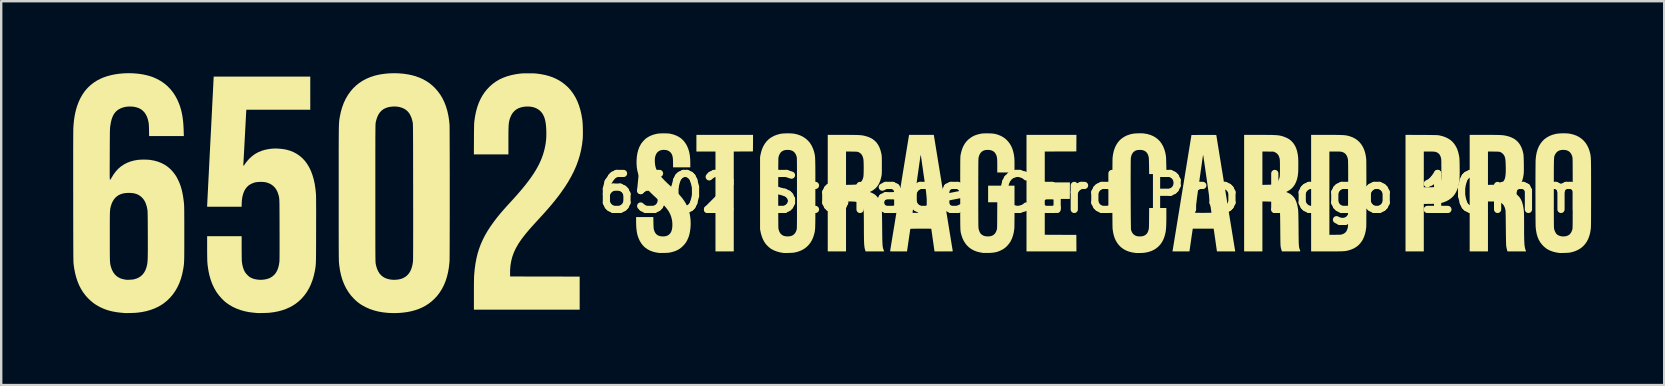
<source format=kicad_pcb>
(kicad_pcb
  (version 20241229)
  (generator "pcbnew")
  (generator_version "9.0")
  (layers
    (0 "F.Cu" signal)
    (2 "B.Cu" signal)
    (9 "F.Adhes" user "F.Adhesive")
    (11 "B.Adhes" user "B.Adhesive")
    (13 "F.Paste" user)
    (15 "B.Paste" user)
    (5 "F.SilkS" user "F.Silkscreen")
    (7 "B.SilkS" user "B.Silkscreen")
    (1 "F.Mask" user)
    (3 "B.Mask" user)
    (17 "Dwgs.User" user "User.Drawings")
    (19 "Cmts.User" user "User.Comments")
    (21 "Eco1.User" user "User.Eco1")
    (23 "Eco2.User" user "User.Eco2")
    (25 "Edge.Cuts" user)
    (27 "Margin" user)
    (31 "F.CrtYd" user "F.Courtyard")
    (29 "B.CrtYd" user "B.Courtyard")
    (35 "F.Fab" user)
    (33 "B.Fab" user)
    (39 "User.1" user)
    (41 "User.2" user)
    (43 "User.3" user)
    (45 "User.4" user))
  (footprint "6502 Storage Card Pro Logo 10mm"
    (layer "F.Cu")
    (at 42.473 5)
    (property "Reference" "6502 Storage Card Pro Logo 10mm" (at 0 0 0) (layer "F.SilkS") (effects (font (size 1.5 1.5) (thickness 0.3))))
    (attr board_only exclude_from_pos_files exclude_from_bom)
    (fp_poly (pts (xy -14.14 -2.084) (xy -14.143 -1.739) (xy -14.542 -1.737) (xy -14.942 -1.734) (xy -14.942 0.347) (xy -14.942 2.428) (xy -15.323 2.428) (xy -15.704 2.428) (xy -15.704 0.347) (xy -15.704 -1.735) (xy -16.101 -1.735) (xy -16.499 -1.735) (xy -16.499 -2.081) (xy -16.499 -2.428) (xy -15.319 -2.428) (xy -14.138 -2.428)) (stroke (width 0) (type solid)) (fill yes) (layer "F.SilkS"))
    (fp_poly (pts (xy -0.662 -2.084) (xy -0.664 -1.739) (xy -1.322 -1.737) (xy -1.98 -1.734) (xy -1.98 -1.091) (xy -1.98 -0.448) (xy -1.455 -0.448) (xy -0.931 -0.448) (xy -0.933 -0.104) (xy -0.935 0.241) (xy -1.457 0.243) (xy -1.98 0.245) (xy -1.98 0.99) (xy -1.98 1.734) (xy -1.322 1.737) (xy -0.664 1.739) (xy -0.662 2.084) (xy -0.66 2.428) (xy -1.701 2.428) (xy -2.741 2.428) (xy -2.741 0) (xy -2.741 -2.428) (xy -1.701 -2.428) (xy -0.66 -2.428)) (stroke (width 0) (type solid)) (fill yes) (layer "F.SilkS"))
    (fp_poly (pts (xy 13.722 -2.426) (xy 13.846 -2.425) (xy 13.955 -2.425) (xy 14.049 -2.424) (xy 14.13 -2.423) (xy 14.198 -2.422) (xy 14.256 -2.421) (xy 14.304 -2.42) (xy 14.344 -2.419) (xy 14.376 -2.417) (xy 14.403 -2.416) (xy 14.424 -2.414) (xy 14.442 -2.411) (xy 14.457 -2.409) (xy 14.46 -2.408) (xy 14.594 -2.376) (xy 14.714 -2.334) (xy 14.821 -2.283) (xy 14.917 -2.222) (xy 15.002 -2.15) (xy 15.076 -2.066) (xy 15.117 -2.009) (xy 15.173 -1.914) (xy 15.22 -1.808) (xy 15.257 -1.689) (xy 15.286 -1.558) (xy 15.298 -1.485) (xy 15.301 -1.454) (xy 15.304 -1.409) (xy 15.306 -1.352) (xy 15.308 -1.285) (xy 15.31 -1.21) (xy 15.311 -1.131) (xy 15.312 -1.048) (xy 15.313 -0.965) (xy 15.313 -0.885) (xy 15.312 -0.808) (xy 15.311 -0.738) (xy 15.31 -0.677) (xy 15.308 -0.628) (xy 15.307 -0.609) (xy 15.29 -0.454) (xy 15.262 -0.312) (xy 15.223 -0.182) (xy 15.173 -0.065) (xy 15.112 0.04) (xy 15.039 0.133) (xy 14.954 0.213) (xy 14.858 0.282) (xy 14.749 0.34) (xy 14.629 0.386) (xy 14.496 0.42) (xy 14.46 0.428) (xy 14.432 0.432) (xy 14.401 0.436) (xy 14.363 0.439) (xy 14.317 0.441) (xy 14.261 0.443) (xy 14.193 0.445) (xy 14.11 0.446) (xy 14.098 0.446) (xy 13.817 0.45) (xy 13.817 1.439) (xy 13.817 2.428) (xy 13.436 2.428) (xy 13.055 2.428) (xy 13.055 -0.000426) (xy 13.055 -0.99) (xy 13.817 -0.99) (xy 13.817 -0.245) (xy 14.035 -0.245) (xy 14.114 -0.246) (xy 14.178 -0.247) (xy 14.227 -0.249) (xy 14.264 -0.252) (xy 14.289 -0.255) (xy 14.295 -0.257) (xy 14.364 -0.282) (xy 14.423 -0.319) (xy 14.469 -0.364) (xy 14.502 -0.418) (xy 14.503 -0.419) (xy 14.513 -0.442) (xy 14.521 -0.463) (xy 14.528 -0.485) (xy 14.534 -0.509) (xy 14.538 -0.536) (xy 14.542 -0.569) (xy 14.545 -0.608) (xy 14.546 -0.656) (xy 14.548 -0.713) (xy 14.548 -0.782) (xy 14.549 -0.865) (xy 14.549 -0.962) (xy 14.549 -0.99) (xy 14.549 -1.087) (xy 14.548 -1.168) (xy 14.548 -1.236) (xy 14.548 -1.291) (xy 14.547 -1.336) (xy 14.545 -1.372) (xy 14.544 -1.4) (xy 14.542 -1.423) (xy 14.539 -1.441) (xy 14.536 -1.457) (xy 14.534 -1.467) (xy 14.511 -1.54) (xy 14.482 -1.598) (xy 14.446 -1.643) (xy 14.401 -1.678) (xy 14.38 -1.69) (xy 14.353 -1.703) (xy 14.328 -1.713) (xy 14.302 -1.721) (xy 14.272 -1.726) (xy 14.237 -1.73) (xy 14.193 -1.733) (xy 14.138 -1.734) (xy 14.069 -1.734) (xy 14.035 -1.734) (xy 13.817 -1.735) (xy 13.817 -0.99) (xy 13.055 -0.99) (xy 13.055 -2.429)) (stroke (width 0) (type solid)) (fill yes) (layer "F.SilkS"))
    (fp_poly (pts (xy 9.896 -2.428) (xy 10.015 -2.428) (xy 10.119 -2.428) (xy 10.21 -2.427) (xy 10.29 -2.425) (xy 10.359 -2.424) (xy 10.419 -2.421) (xy 10.471 -2.418) (xy 10.517 -2.415) (xy 10.557 -2.41) (xy 10.594 -2.404) (xy 10.628 -2.398) (xy 10.66 -2.39) (xy 10.693 -2.381) (xy 10.727 -2.371) (xy 10.75 -2.364) (xy 10.867 -2.319) (xy 10.974 -2.261) (xy 11.07 -2.19) (xy 11.155 -2.106) (xy 11.228 -2.01) (xy 11.291 -1.903) (xy 11.341 -1.783) (xy 11.38 -1.653) (xy 11.407 -1.511) (xy 11.418 -1.409) (xy 11.419 -1.391) (xy 11.42 -1.357) (xy 11.421 -1.308) (xy 11.421 -1.246) (xy 11.422 -1.171) (xy 11.422 -1.086) (xy 11.423 -0.99) (xy 11.423 -0.885) (xy 11.424 -0.772) (xy 11.424 -0.652) (xy 11.424 -0.527) (xy 11.424 -0.397) (xy 11.424 -0.264) (xy 11.425 -0.129) (xy 11.425 0.007) (xy 11.425 0.143) (xy 11.424 0.278) (xy 11.424 0.411) (xy 11.424 0.54) (xy 11.424 0.665) (xy 11.424 0.784) (xy 11.423 0.896) (xy 11.423 1) (xy 11.422 1.095) (xy 11.422 1.179) (xy 11.421 1.253) (xy 11.421 1.314) (xy 11.42 1.361) (xy 11.419 1.393) (xy 11.419 1.409) (xy 11.4 1.557) (xy 11.369 1.695) (xy 11.327 1.821) (xy 11.273 1.937) (xy 11.208 2.04) (xy 11.132 2.132) (xy 11.044 2.211) (xy 10.947 2.277) (xy 10.894 2.305) (xy 10.809 2.342) (xy 10.718 2.374) (xy 10.64 2.395) (xy 10.611 2.401) (xy 10.582 2.406) (xy 10.552 2.411) (xy 10.52 2.415) (xy 10.483 2.418) (xy 10.442 2.421) (xy 10.394 2.423) (xy 10.338 2.425) (xy 10.272 2.426) (xy 10.197 2.427) (xy 10.11 2.428) (xy 10.009 2.428) (xy 9.895 2.428) (xy 9.765 2.428) (xy 9.762 2.428) (xy 9.121 2.428) (xy 9.121 0) (xy 9.882 0) (xy 9.882 1.735) (xy 10.118 1.735) (xy 10.189 1.734) (xy 10.245 1.734) (xy 10.289 1.733) (xy 10.323 1.732) (xy 10.35 1.73) (xy 10.371 1.727) (xy 10.39 1.723) (xy 10.408 1.718) (xy 10.412 1.717) (xy 10.479 1.69) (xy 10.534 1.653) (xy 10.578 1.606) (xy 10.613 1.547) (xy 10.64 1.474) (xy 10.65 1.434) (xy 10.652 1.424) (xy 10.654 1.413) (xy 10.655 1.4) (xy 10.657 1.385) (xy 10.658 1.365) (xy 10.659 1.341) (xy 10.66 1.312) (xy 10.661 1.277) (xy 10.662 1.235) (xy 10.663 1.185) (xy 10.663 1.126) (xy 10.664 1.059) (xy 10.664 0.981) (xy 10.664 0.892) (xy 10.665 0.792) (xy 10.665 0.679) (xy 10.665 0.553) (xy 10.665 0.412) (xy 10.665 0.257) (xy 10.665 0.086) (xy 10.665 0) (xy 10.665 -0.179) (xy 10.665 -0.341) (xy 10.665 -0.489) (xy 10.665 -0.621) (xy 10.665 -0.741) (xy 10.665 -0.847) (xy 10.664 -0.941) (xy 10.664 -1.024) (xy 10.664 -1.096) (xy 10.663 -1.159) (xy 10.662 -1.212) (xy 10.662 -1.258) (xy 10.661 -1.296) (xy 10.66 -1.328) (xy 10.659 -1.355) (xy 10.658 -1.376) (xy 10.656 -1.393) (xy 10.655 -1.408) (xy 10.653 -1.419) (xy 10.651 -1.429) (xy 10.65 -1.434) (xy 10.629 -1.508) (xy 10.602 -1.569) (xy 10.567 -1.619) (xy 10.562 -1.625) (xy 10.525 -1.661) (xy 10.484 -1.688) (xy 10.433 -1.71) (xy 10.412 -1.717) (xy 10.393 -1.722) (xy 10.375 -1.726) (xy 10.355 -1.729) (xy 10.329 -1.732) (xy 10.297 -1.733) (xy 10.255 -1.734) (xy 10.202 -1.734) (xy 10.135 -1.735) (xy 10.118 -1.735) (xy 9.882 -1.735) (xy 9.882 0) (xy 9.121 0) (xy 9.121 -2.428) (xy 9.762 -2.428)) (stroke (width 0) (type solid)) (fill yes) (layer "F.SilkS"))
    (fp_poly (pts (xy -6.211 -0.015) (xy -6.179 0.185) (xy -6.147 0.381) (xy -6.116 0.571) (xy -6.086 0.756) (xy -6.056 0.935) (xy -6.028 1.107) (xy -6.002 1.271) (xy -5.976 1.427) (xy -5.952 1.574) (xy -5.93 1.711) (xy -5.909 1.839) (xy -5.89 1.955) (xy -5.873 2.06) (xy -5.858 2.152) (xy -5.845 2.232) (xy -5.834 2.298) (xy -5.825 2.35) (xy -5.819 2.387) (xy -5.816 2.408) (xy -5.815 2.414) (xy -5.814 2.417) (xy -5.817 2.42) (xy -5.824 2.422) (xy -5.836 2.424) (xy -5.856 2.426) (xy -5.883 2.427) (xy -5.921 2.427) (xy -5.97 2.428) (xy -6.032 2.428) (xy -6.108 2.428) (xy -6.192 2.428) (xy -6.573 2.428) (xy -6.578 2.401) (xy -6.58 2.389) (xy -6.584 2.362) (xy -6.59 2.323) (xy -6.597 2.273) (xy -6.606 2.214) (xy -6.615 2.148) (xy -6.625 2.076) (xy -6.636 2.002) (xy -6.647 1.926) (xy -6.658 1.85) (xy -6.668 1.777) (xy -6.678 1.707) (xy -6.687 1.644) (xy -6.695 1.589) (xy -6.701 1.543) (xy -6.706 1.509) (xy -6.709 1.489) (xy -6.71 1.483) (xy -6.718 1.483) (xy -6.741 1.482) (xy -6.779 1.482) (xy -6.828 1.481) (xy -6.888 1.481) (xy -6.957 1.481) (xy -7.034 1.481) (xy -7.116 1.481) (xy -7.144 1.481) (xy -7.246 1.481) (xy -7.331 1.481) (xy -7.402 1.482) (xy -7.459 1.482) (xy -7.504 1.483) (xy -7.538 1.485) (xy -7.561 1.486) (xy -7.576 1.488) (xy -7.582 1.49) (xy -7.583 1.491) (xy -7.585 1.501) (xy -7.589 1.527) (xy -7.595 1.566) (xy -7.603 1.617) (xy -7.612 1.678) (xy -7.622 1.749) (xy -7.634 1.827) (xy -7.646 1.911) (xy -7.654 1.965) (xy -7.721 2.428) (xy -8.075 2.428) (xy -8.162 2.428) (xy -8.233 2.428) (xy -8.29 2.428) (xy -8.335 2.427) (xy -8.369 2.426) (xy -8.394 2.425) (xy -8.41 2.424) (xy -8.42 2.421) (xy -8.425 2.419) (xy -8.426 2.415) (xy -8.425 2.414) (xy -8.424 2.404) (xy -8.419 2.379) (xy -8.413 2.338) (xy -8.404 2.282) (xy -8.392 2.212) (xy -8.379 2.129) (xy -8.363 2.034) (xy -8.345 1.926) (xy -8.326 1.806) (xy -8.305 1.677) (xy -8.282 1.536) (xy -8.257 1.387) (xy -8.231 1.229) (xy -8.204 1.063) (xy -8.176 0.889) (xy -8.165 0.821) (xy -7.488 0.821) (xy -7.145 0.821) (xy -6.802 0.821) (xy -6.807 0.793) (xy -6.808 0.782) (xy -6.812 0.754) (xy -6.818 0.712) (xy -6.826 0.656) (xy -6.836 0.588) (xy -6.848 0.507) (xy -6.861 0.415) (xy -6.875 0.314) (xy -6.891 0.204) (xy -6.907 0.085) (xy -6.925 -0.04) (xy -6.944 -0.171) (xy -6.963 -0.307) (xy -6.977 -0.406) (xy -6.996 -0.545) (xy -7.015 -0.679) (xy -7.034 -0.807) (xy -7.051 -0.929) (xy -7.067 -1.044) (xy -7.083 -1.15) (xy -7.097 -1.247) (xy -7.109 -1.333) (xy -7.12 -1.408) (xy -7.129 -1.471) (xy -7.136 -1.521) (xy -7.142 -1.556) (xy -7.145 -1.577) (xy -7.146 -1.581) (xy -7.154 -1.58) (xy -7.155 -1.579) (xy -7.157 -1.571) (xy -7.161 -1.546) (xy -7.167 -1.507) (xy -7.174 -1.455) (xy -7.184 -1.391) (xy -7.194 -1.316) (xy -7.207 -1.231) (xy -7.22 -1.137) (xy -7.234 -1.035) (xy -7.25 -0.928) (xy -7.265 -0.814) (xy -7.282 -0.697) (xy -7.299 -0.577) (xy -7.316 -0.456) (xy -7.333 -0.333) (xy -7.35 -0.211) (xy -7.367 -0.091) (xy -7.383 0.027) (xy -7.399 0.14) (xy -7.414 0.248) (xy -7.428 0.35) (xy -7.441 0.445) (xy -7.452 0.531) (xy -7.463 0.607) (xy -7.472 0.673) (xy -7.479 0.726) (xy -7.484 0.766) (xy -7.487 0.792) (xy -7.488 0.802) (xy -7.488 0.821) (xy -8.165 0.821) (xy -8.147 0.708) (xy -8.116 0.522) (xy -8.085 0.33) (xy -8.053 0.133) (xy -8.029 -0.015) (xy -7.636 -2.428) (xy -7.12 -2.428) (xy -6.604 -2.428)) (stroke (width 0) (type solid)) (fill yes) (layer "F.SilkS"))
    (fp_poly (pts (xy 16.484 -2.428) (xy 16.597 -2.428) (xy 16.697 -2.428) (xy 16.783 -2.427) (xy 16.859 -2.426) (xy 16.923 -2.424) (xy 16.979 -2.423) (xy 17.028 -2.42) (xy 17.071 -2.418) (xy 17.108 -2.414) (xy 17.142 -2.41) (xy 17.174 -2.405) (xy 17.206 -2.4) (xy 17.236 -2.394) (xy 17.36 -2.363) (xy 17.473 -2.32) (xy 17.575 -2.268) (xy 17.664 -2.205) (xy 17.741 -2.133) (xy 17.799 -2.059) (xy 17.841 -1.993) (xy 17.875 -1.929) (xy 17.904 -1.862) (xy 17.929 -1.79) (xy 17.951 -1.708) (xy 17.969 -1.625) (xy 17.972 -1.598) (xy 17.975 -1.557) (xy 17.978 -1.503) (xy 17.981 -1.44) (xy 17.983 -1.37) (xy 17.985 -1.294) (xy 17.986 -1.216) (xy 17.987 -1.137) (xy 17.987 -1.061) (xy 17.987 -0.988) (xy 17.986 -0.923) (xy 17.985 -0.867) (xy 17.982 -0.822) (xy 17.98 -0.796) (xy 17.957 -0.659) (xy 17.924 -0.536) (xy 17.88 -0.425) (xy 17.824 -0.327) (xy 17.757 -0.241) (xy 17.68 -0.167) (xy 17.59 -0.105) (xy 17.558 -0.088) (xy 17.53 -0.072) (xy 17.508 -0.058) (xy 17.496 -0.049) (xy 17.495 -0.048) (xy 17.501 -0.041) (xy 17.52 -0.032) (xy 17.546 -0.021) (xy 17.622 0.013) (xy 17.691 0.058) (xy 17.756 0.114) (xy 17.811 0.177) (xy 17.858 0.25) (xy 17.898 0.333) (xy 17.93 0.429) (xy 17.957 0.539) (xy 17.977 0.662) (xy 17.983 0.711) (xy 17.986 0.739) (xy 17.989 0.771) (xy 17.991 0.808) (xy 17.993 0.852) (xy 17.994 0.904) (xy 17.995 0.966) (xy 17.996 1.038) (xy 17.996 1.123) (xy 17.997 1.222) (xy 17.997 1.336) (xy 17.997 1.35) (xy 17.997 1.495) (xy 17.997 1.624) (xy 17.998 1.739) (xy 18 1.84) (xy 18.002 1.929) (xy 18.005 2.007) (xy 18.008 2.075) (xy 18.012 2.135) (xy 18.017 2.186) (xy 18.024 2.231) (xy 18.031 2.271) (xy 18.039 2.307) (xy 18.048 2.339) (xy 18.059 2.37) (xy 18.06 2.375) (xy 18.08 2.428) (xy 17.693 2.428) (xy 17.305 2.428) (xy 17.296 2.397) (xy 17.274 2.317) (xy 17.259 2.244) (xy 17.251 2.191) (xy 17.25 2.171) (xy 17.248 2.134) (xy 17.246 2.083) (xy 17.244 2.018) (xy 17.243 1.942) (xy 17.241 1.854) (xy 17.24 1.757) (xy 17.238 1.651) (xy 17.237 1.538) (xy 17.236 1.426) (xy 17.234 1.301) (xy 17.233 1.192) (xy 17.232 1.097) (xy 17.231 1.016) (xy 17.23 0.947) (xy 17.229 0.889) (xy 17.228 0.841) (xy 17.227 0.801) (xy 17.226 0.769) (xy 17.224 0.743) (xy 17.222 0.722) (xy 17.22 0.704) (xy 17.217 0.69) (xy 17.215 0.676) (xy 17.211 0.663) (xy 17.211 0.662) (xy 17.185 0.581) (xy 17.152 0.514) (xy 17.111 0.461) (xy 17.061 0.419) (xy 17.02 0.397) (xy 16.981 0.381) (xy 16.941 0.368) (xy 16.895 0.359) (xy 16.843 0.353) (xy 16.78 0.349) (xy 16.704 0.347) (xy 16.663 0.347) (xy 16.491 0.347) (xy 16.491 1.388) (xy 16.491 2.428) (xy 16.11 2.428) (xy 15.729 2.428) (xy 15.729 0) (xy 15.729 -1.04) (xy 16.491 -1.04) (xy 16.491 -0.345) (xy 16.696 -0.349) (xy 16.765 -0.351) (xy 16.821 -0.353) (xy 16.863 -0.355) (xy 16.896 -0.358) (xy 16.922 -0.362) (xy 16.942 -0.366) (xy 16.947 -0.368) (xy 17.004 -0.389) (xy 17.05 -0.414) (xy 17.092 -0.446) (xy 17.098 -0.451) (xy 17.129 -0.484) (xy 17.156 -0.521) (xy 17.178 -0.562) (xy 17.197 -0.611) (xy 17.211 -0.667) (xy 17.221 -0.733) (xy 17.229 -0.81) (xy 17.233 -0.899) (xy 17.234 -1.001) (xy 17.232 -1.119) (xy 17.232 -1.146) (xy 17.229 -1.23) (xy 17.226 -1.298) (xy 17.222 -1.355) (xy 17.217 -1.403) (xy 17.21 -1.444) (xy 17.202 -1.481) (xy 17.191 -1.516) (xy 17.184 -1.536) (xy 17.158 -1.585) (xy 17.119 -1.633) (xy 17.073 -1.674) (xy 17.023 -1.704) (xy 17.011 -1.71) (xy 16.995 -1.716) (xy 16.98 -1.72) (xy 16.963 -1.724) (xy 16.942 -1.727) (xy 16.915 -1.729) (xy 16.879 -1.73) (xy 16.832 -1.731) (xy 16.772 -1.732) (xy 16.725 -1.733) (xy 16.491 -1.736) (xy 16.491 -1.04) (xy 15.729 -1.04) (xy 15.729 -2.428) (xy 16.354 -2.428)) (stroke (width 0) (type solid)) (fill yes) (layer "F.SilkS"))
    (fp_poly (pts (xy -10.265 -2.428) (xy -10.148 -2.428) (xy -10.047 -2.427) (xy -9.958 -2.427) (xy -9.88 -2.425) (xy -9.813 -2.424) (xy -9.755 -2.422) (xy -9.705 -2.419) (xy -9.661 -2.416) (xy -9.621 -2.412) (xy -9.586 -2.407) (xy -9.553 -2.402) (xy -9.521 -2.396) (xy -9.488 -2.388) (xy -9.48 -2.386) (xy -9.356 -2.351) (xy -9.246 -2.305) (xy -9.147 -2.248) (xy -9.061 -2.18) (xy -8.986 -2.101) (xy -8.922 -2.009) (xy -8.869 -1.905) (xy -8.826 -1.787) (xy -8.793 -1.656) (xy -8.789 -1.634) (xy -8.784 -1.609) (xy -8.78 -1.586) (xy -8.777 -1.563) (xy -8.775 -1.537) (xy -8.773 -1.507) (xy -8.772 -1.471) (xy -8.771 -1.427) (xy -8.77 -1.373) (xy -8.77 -1.307) (xy -8.77 -1.227) (xy -8.77 -1.163) (xy -8.77 -1.073) (xy -8.77 -0.999) (xy -8.77 -0.937) (xy -8.771 -0.887) (xy -8.772 -0.846) (xy -8.774 -0.812) (xy -8.775 -0.784) (xy -8.778 -0.76) (xy -8.781 -0.738) (xy -8.785 -0.716) (xy -8.789 -0.696) (xy -8.82 -0.572) (xy -8.859 -0.462) (xy -8.907 -0.364) (xy -8.964 -0.279) (xy -9.032 -0.205) (xy -9.11 -0.141) (xy -9.136 -0.123) (xy -9.169 -0.103) (xy -9.201 -0.085) (xy -9.227 -0.072) (xy -9.23 -0.071) (xy -9.251 -0.061) (xy -9.262 -0.052) (xy -9.263 -0.049) (xy -9.254 -0.042) (xy -9.234 -0.032) (xy -9.205 -0.02) (xy -9.2 -0.017) (xy -9.112 0.025) (xy -9.035 0.079) (xy -8.968 0.146) (xy -8.911 0.225) (xy -8.863 0.318) (xy -8.825 0.426) (xy -8.813 0.468) (xy -8.805 0.5) (xy -8.797 0.531) (xy -8.791 0.56) (xy -8.785 0.59) (xy -8.781 0.622) (xy -8.776 0.658) (xy -8.773 0.697) (xy -8.77 0.742) (xy -8.767 0.794) (xy -8.765 0.854) (xy -8.764 0.924) (xy -8.762 1.005) (xy -8.761 1.097) (xy -8.759 1.203) (xy -8.758 1.324) (xy -8.757 1.43) (xy -8.756 1.565) (xy -8.754 1.684) (xy -8.753 1.788) (xy -8.752 1.879) (xy -8.75 1.958) (xy -8.748 2.026) (xy -8.745 2.085) (xy -8.743 2.135) (xy -8.739 2.177) (xy -8.735 2.214) (xy -8.731 2.246) (xy -8.725 2.274) (xy -8.719 2.299) (xy -8.712 2.324) (xy -8.703 2.348) (xy -8.694 2.373) (xy -8.673 2.428) (xy -9.061 2.428) (xy -9.448 2.428) (xy -9.462 2.384) (xy -9.471 2.352) (xy -9.48 2.319) (xy -9.487 2.285) (xy -9.494 2.248) (xy -9.499 2.207) (xy -9.504 2.161) (xy -9.508 2.108) (xy -9.511 2.047) (xy -9.513 1.978) (xy -9.515 1.898) (xy -9.516 1.806) (xy -9.517 1.703) (xy -9.518 1.585) (xy -9.518 1.452) (xy -9.518 1.387) (xy -9.519 1.282) (xy -9.519 1.182) (xy -9.52 1.089) (xy -9.521 1.005) (xy -9.522 0.931) (xy -9.523 0.869) (xy -9.524 0.819) (xy -9.526 0.784) (xy -9.527 0.765) (xy -9.544 0.67) (xy -9.567 0.589) (xy -9.598 0.522) (xy -9.638 0.467) (xy -9.687 0.424) (xy -9.736 0.396) (xy -9.774 0.38) (xy -9.815 0.368) (xy -9.861 0.359) (xy -9.915 0.353) (xy -9.981 0.349) (xy -10.059 0.347) (xy -10.092 0.347) (xy -10.263 0.347) (xy -10.263 1.388) (xy -10.263 2.428) (xy -10.644 2.428) (xy -11.025 2.428) (xy -11.025 0) (xy -11.025 -1.04) (xy -10.263 -1.04) (xy -10.263 -0.345) (xy -10.058 -0.349) (xy -9.988 -0.351) (xy -9.933 -0.353) (xy -9.89 -0.355) (xy -9.857 -0.358) (xy -9.832 -0.362) (xy -9.812 -0.366) (xy -9.806 -0.368) (xy -9.731 -0.399) (xy -9.669 -0.44) (xy -9.619 -0.492) (xy -9.58 -0.556) (xy -9.551 -0.633) (xy -9.54 -0.679) (xy -9.536 -0.708) (xy -9.533 -0.751) (xy -9.53 -0.806) (xy -9.528 -0.87) (xy -9.527 -0.941) (xy -9.526 -1.015) (xy -9.526 -1.091) (xy -9.527 -1.165) (xy -9.528 -1.235) (xy -9.53 -1.299) (xy -9.533 -1.353) (xy -9.536 -1.395) (xy -9.539 -1.417) (xy -9.56 -1.502) (xy -9.591 -1.573) (xy -9.631 -1.631) (xy -9.682 -1.677) (xy -9.744 -1.71) (xy -9.746 -1.711) (xy -9.761 -1.716) (xy -9.776 -1.721) (xy -9.793 -1.724) (xy -9.815 -1.727) (xy -9.844 -1.729) (xy -9.882 -1.73) (xy -9.931 -1.731) (xy -9.993 -1.732) (xy -10.028 -1.733) (xy -10.263 -1.736) (xy -10.263 -1.04) (xy -11.025 -1.04) (xy -11.025 -2.428) (xy -10.396 -2.428)) (stroke (width 0) (type solid)) (fill yes) (layer "F.SilkS"))
    (fp_poly (pts (xy 4.969 -2.426) (xy 5.042 -2.426) (xy 5.098 -2.425) (xy 5.138 -2.423) (xy 5.162 -2.422) (xy 5.17 -2.42) (xy 5.17 -2.42) (xy 5.171 -2.411) (xy 5.175 -2.386) (xy 5.181 -2.346) (xy 5.19 -2.292) (xy 5.201 -2.225) (xy 5.214 -2.145) (xy 5.229 -2.052) (xy 5.246 -1.949) (xy 5.264 -1.836) (xy 5.284 -1.713) (xy 5.305 -1.581) (xy 5.328 -1.442) (xy 5.352 -1.295) (xy 5.376 -1.143) (xy 5.402 -0.984) (xy 5.429 -0.822) (xy 5.456 -0.655) (xy 5.483 -0.485) (xy 5.511 -0.314) (xy 5.539 -0.14) (xy 5.567 0.033) (xy 5.596 0.207) (xy 5.624 0.38) (xy 5.652 0.551) (xy 5.679 0.719) (xy 5.706 0.884) (xy 5.732 1.044) (xy 5.757 1.2) (xy 5.782 1.35) (xy 5.805 1.493) (xy 5.827 1.628) (xy 5.848 1.756) (xy 5.867 1.874) (xy 5.885 1.983) (xy 5.901 2.081) (xy 5.915 2.167) (xy 5.927 2.241) (xy 5.937 2.302) (xy 5.945 2.349) (xy 5.95 2.382) (xy 5.953 2.399) (xy 5.953 2.401) (xy 5.958 2.428) (xy 5.577 2.428) (xy 5.498 2.428) (xy 5.425 2.428) (xy 5.359 2.428) (xy 5.302 2.428) (xy 5.255 2.427) (xy 5.221 2.427) (xy 5.2 2.426) (xy 5.195 2.426) (xy 5.194 2.417) (xy 5.191 2.393) (xy 5.185 2.356) (xy 5.179 2.308) (xy 5.17 2.25) (xy 5.161 2.185) (xy 5.151 2.115) (xy 5.141 2.041) (xy 5.13 1.965) (xy 5.119 1.889) (xy 5.108 1.815) (xy 5.098 1.745) (xy 5.089 1.681) (xy 5.081 1.624) (xy 5.074 1.576) (xy 5.068 1.539) (xy 5.065 1.516) (xy 5.064 1.508) (xy 5.059 1.481) (xy 4.624 1.481) (xy 4.19 1.481) (xy 4.186 1.5) (xy 4.184 1.512) (xy 4.179 1.538) (xy 4.173 1.579) (xy 4.166 1.631) (xy 4.156 1.694) (xy 4.146 1.765) (xy 4.134 1.844) (xy 4.122 1.928) (xy 4.115 1.974) (xy 4.05 2.428) (xy 3.696 2.428) (xy 3.343 2.428) (xy 3.347 2.405) (xy 3.349 2.395) (xy 3.353 2.369) (xy 3.36 2.327) (xy 3.369 2.271) (xy 3.381 2.2) (xy 3.394 2.117) (xy 3.41 2.02) (xy 3.428 1.912) (xy 3.447 1.792) (xy 3.469 1.662) (xy 3.492 1.521) (xy 3.516 1.371) (xy 3.542 1.213) (xy 3.569 1.046) (xy 3.597 0.872) (xy 3.608 0.809) (xy 4.281 0.809) (xy 4.283 0.812) (xy 4.291 0.814) (xy 4.305 0.816) (xy 4.328 0.818) (xy 4.36 0.819) (xy 4.403 0.82) (xy 4.459 0.82) (xy 4.528 0.821) (xy 4.613 0.821) (xy 4.624 0.821) (xy 4.698 0.821) (xy 4.767 0.82) (xy 4.828 0.82) (xy 4.881 0.819) (xy 4.922 0.818) (xy 4.951 0.817) (xy 4.965 0.816) (xy 4.967 0.816) (xy 4.965 0.806) (xy 4.962 0.78) (xy 4.957 0.74) (xy 4.949 0.687) (xy 4.94 0.621) (xy 4.929 0.545) (xy 4.917 0.459) (xy 4.904 0.365) (xy 4.889 0.262) (xy 4.874 0.154) (xy 4.858 0.041) (xy 4.841 -0.077) (xy 4.824 -0.197) (xy 4.807 -0.32) (xy 4.789 -0.442) (xy 4.772 -0.565) (xy 4.754 -0.685) (xy 4.737 -0.803) (xy 4.721 -0.916) (xy 4.705 -1.025) (xy 4.691 -1.127) (xy 4.677 -1.222) (xy 4.665 -1.308) (xy 4.653 -1.384) (xy 4.644 -1.45) (xy 4.636 -1.503) (xy 4.63 -1.544) (xy 4.626 -1.57) (xy 4.624 -1.58) (xy 4.624 -1.581) (xy 4.615 -1.581) (xy 4.615 -1.58) (xy 4.613 -1.572) (xy 4.61 -1.547) (xy 4.604 -1.509) (xy 4.596 -1.457) (xy 4.587 -1.392) (xy 4.576 -1.317) (xy 4.564 -1.232) (xy 4.551 -1.138) (xy 4.537 -1.037) (xy 4.521 -0.929) (xy 4.506 -0.816) (xy 4.489 -0.699) (xy 4.472 -0.579) (xy 4.455 -0.457) (xy 4.438 -0.334) (xy 4.421 -0.212) (xy 4.404 -0.092) (xy 4.388 0.026) (xy 4.372 0.14) (xy 4.357 0.249) (xy 4.343 0.351) (xy 4.33 0.446) (xy 4.318 0.533) (xy 4.307 0.61) (xy 4.299 0.676) (xy 4.291 0.73) (xy 4.286 0.771) (xy 4.282 0.797) (xy 4.281 0.809) (xy 4.281 0.809) (xy 3.608 0.809) (xy 3.627 0.692) (xy 3.657 0.505) (xy 3.688 0.313) (xy 3.72 0.116) (xy 3.743 -0.021) (xy 4.134 -2.424) (xy 4.652 -2.426) (xy 4.774 -2.427) (xy 4.88 -2.427)) (stroke (width 0) (type solid)) (fill yes) (layer "F.SilkS"))
    (fp_poly (pts (xy -17.813 -2.492) (xy -17.742 -2.491) (xy -17.677 -2.487) (xy -17.622 -2.482) (xy -17.59 -2.477) (xy -17.457 -2.444) (xy -17.337 -2.4) (xy -17.23 -2.345) (xy -17.134 -2.279) (xy -17.049 -2.201) (xy -16.975 -2.11) (xy -16.91 -2.007) (xy -16.888 -1.963) (xy -16.846 -1.866) (xy -16.812 -1.764) (xy -16.786 -1.654) (xy -16.768 -1.535) (xy -16.757 -1.404) (xy -16.753 -1.26) (xy -16.753 -1.24) (xy -16.753 -1.075) (xy -17.112 -1.075) (xy -17.472 -1.075) (xy -17.472 -1.25) (xy -17.474 -1.346) (xy -17.478 -1.427) (xy -17.486 -1.495) (xy -17.499 -1.553) (xy -17.516 -1.602) (xy -17.538 -1.645) (xy -17.566 -1.684) (xy -17.59 -1.71) (xy -17.644 -1.753) (xy -17.708 -1.783) (xy -17.782 -1.8) (xy -17.867 -1.804) (xy -17.917 -1.801) (xy -17.991 -1.786) (xy -18.057 -1.757) (xy -18.113 -1.715) (xy -18.158 -1.661) (xy -18.192 -1.596) (xy -18.194 -1.589) (xy -18.212 -1.535) (xy -18.224 -1.484) (xy -18.23 -1.433) (xy -18.233 -1.376) (xy -18.231 -1.307) (xy -18.231 -1.305) (xy -18.225 -1.225) (xy -18.214 -1.148) (xy -18.196 -1.074) (xy -18.171 -1.001) (xy -18.138 -0.929) (xy -18.096 -0.855) (xy -18.045 -0.78) (xy -17.985 -0.702) (xy -17.913 -0.619) (xy -17.83 -0.532) (xy -17.735 -0.438) (xy -17.626 -0.336) (xy -17.544 -0.262) (xy -17.41 -0.138) (xy -17.29 -0.019) (xy -17.184 0.095) (xy -17.092 0.205) (xy -17.012 0.315) (xy -16.944 0.423) (xy -16.887 0.532) (xy -16.84 0.644) (xy -16.803 0.758) (xy -16.775 0.877) (xy -16.755 1.002) (xy -16.743 1.119) (xy -16.738 1.239) (xy -16.74 1.361) (xy -16.75 1.481) (xy -16.766 1.598) (xy -16.788 1.706) (xy -16.816 1.804) (xy -16.834 1.853) (xy -16.873 1.941) (xy -16.913 2.018) (xy -16.958 2.086) (xy -17.01 2.15) (xy -17.061 2.205) (xy -17.141 2.276) (xy -17.225 2.336) (xy -17.317 2.386) (xy -17.419 2.427) (xy -17.533 2.459) (xy -17.587 2.471) (xy -17.623 2.478) (xy -17.662 2.483) (xy -17.706 2.487) (xy -17.758 2.489) (xy -17.824 2.491) (xy -17.853 2.492) (xy -17.908 2.492) (xy -17.959 2.493) (xy -18.003 2.493) (xy -18.036 2.492) (xy -18.057 2.491) (xy -18.06 2.491) (xy -18.136 2.479) (xy -18.208 2.465) (xy -18.271 2.451) (xy -18.313 2.439) (xy -18.433 2.394) (xy -18.542 2.336) (xy -18.639 2.266) (xy -18.724 2.184) (xy -18.799 2.088) (xy -18.862 1.983) (xy -18.9 1.901) (xy -18.933 1.817) (xy -18.959 1.729) (xy -18.979 1.634) (xy -18.994 1.531) (xy -19.005 1.417) (xy -19.01 1.29) (xy -19.012 1.166) (xy -19.012 0.998) (xy -18.653 0.998) (xy -18.295 0.998) (xy -18.29 1.229) (xy -18.288 1.309) (xy -18.286 1.374) (xy -18.283 1.426) (xy -18.28 1.466) (xy -18.276 1.496) (xy -18.273 1.511) (xy -18.246 1.594) (xy -18.21 1.662) (xy -18.164 1.716) (xy -18.109 1.756) (xy -18.042 1.784) (xy -17.965 1.8) (xy -17.896 1.803) (xy -17.821 1.8) (xy -17.757 1.788) (xy -17.702 1.768) (xy -17.653 1.737) (xy -17.622 1.71) (xy -17.584 1.668) (xy -17.554 1.618) (xy -17.531 1.558) (xy -17.514 1.488) (xy -17.503 1.403) (xy -17.501 1.369) (xy -17.501 1.245) (xy -17.516 1.121) (xy -17.545 0.999) (xy -17.588 0.882) (xy -17.644 0.773) (xy -17.687 0.708) (xy -17.724 0.658) (xy -17.763 0.609) (xy -17.804 0.56) (xy -17.85 0.51) (xy -17.902 0.457) (xy -17.961 0.398) (xy -18.029 0.333) (xy -18.108 0.26) (xy -18.149 0.222) (xy -18.229 0.148) (xy -18.298 0.084) (xy -18.358 0.027) (xy -18.41 -0.024) (xy -18.457 -0.071) (xy -18.499 -0.116) (xy -18.539 -0.161) (xy -18.577 -0.206) (xy -18.617 -0.255) (xy -18.624 -0.263) (xy -18.722 -0.394) (xy -18.804 -0.525) (xy -18.87 -0.657) (xy -18.922 -0.792) (xy -18.959 -0.932) (xy -18.983 -1.079) (xy -18.993 -1.234) (xy -18.993 -1.362) (xy -18.981 -1.519) (xy -18.958 -1.665) (xy -18.923 -1.799) (xy -18.876 -1.923) (xy -18.816 -2.036) (xy -18.79 -2.076) (xy -18.757 -2.119) (xy -18.715 -2.168) (xy -18.669 -2.217) (xy -18.622 -2.261) (xy -18.586 -2.291) (xy -18.512 -2.34) (xy -18.424 -2.386) (xy -18.327 -2.425) (xy -18.224 -2.456) (xy -18.136 -2.476) (xy -18.089 -2.483) (xy -18.029 -2.488) (xy -17.96 -2.491) (xy -17.887 -2.493)) (stroke (width 0) (type solid)) (fill yes) (layer "F.SilkS"))
    (fp_poly (pts (xy 2.083 -2.493) (xy 2.144 -2.489) (xy 2.149 -2.488) (xy 2.289 -2.465) (xy 2.417 -2.428) (xy 2.535 -2.379) (xy 2.642 -2.317) (xy 2.737 -2.243) (xy 2.822 -2.156) (xy 2.895 -2.056) (xy 2.956 -1.944) (xy 3.006 -1.82) (xy 3.045 -1.683) (xy 3.071 -1.536) (xy 3.073 -1.512) (xy 3.076 -1.474) (xy 3.078 -1.423) (xy 3.08 -1.363) (xy 3.082 -1.294) (xy 3.084 -1.221) (xy 3.085 -1.144) (xy 3.086 -1.132) (xy 3.091 -0.795) (xy 2.731 -0.795) (xy 2.371 -0.795) (xy 2.367 -1.127) (xy 2.365 -1.22) (xy 2.363 -1.297) (xy 2.362 -1.36) (xy 2.36 -1.411) (xy 2.357 -1.451) (xy 2.354 -1.482) (xy 2.351 -1.505) (xy 2.349 -1.515) (xy 2.324 -1.596) (xy 2.29 -1.663) (xy 2.246 -1.716) (xy 2.191 -1.757) (xy 2.126 -1.784) (xy 2.049 -1.8) (xy 1.987 -1.803) (xy 1.908 -1.799) (xy 1.841 -1.786) (xy 1.784 -1.762) (xy 1.734 -1.727) (xy 1.703 -1.698) (xy 1.663 -1.642) (xy 1.633 -1.574) (xy 1.612 -1.493) (xy 1.608 -1.462) (xy 1.606 -1.444) (xy 1.605 -1.409) (xy 1.604 -1.361) (xy 1.603 -1.299) (xy 1.602 -1.224) (xy 1.602 -1.139) (xy 1.601 -1.043) (xy 1.601 -0.938) (xy 1.6 -0.825) (xy 1.6 -0.705) (xy 1.6 -0.579) (xy 1.6 -0.449) (xy 1.6 -0.315) (xy 1.6 -0.178) (xy 1.6 -0.039) (xy 1.601 0.1) (xy 1.601 0.239) (xy 1.602 0.376) (xy 1.602 0.51) (xy 1.603 0.641) (xy 1.604 0.767) (xy 1.604 0.887) (xy 1.605 1) (xy 1.606 1.105) (xy 1.607 1.2) (xy 1.609 1.286) (xy 1.61 1.361) (xy 1.611 1.423) (xy 1.612 1.471) (xy 1.614 1.506) (xy 1.615 1.525) (xy 1.615 1.527) (xy 1.643 1.607) (xy 1.68 1.672) (xy 1.728 1.724) (xy 1.785 1.764) (xy 1.854 1.79) (xy 1.865 1.793) (xy 1.907 1.8) (xy 1.959 1.803) (xy 2.015 1.802) (xy 2.067 1.798) (xy 2.11 1.79) (xy 2.113 1.789) (xy 2.178 1.764) (xy 2.232 1.73) (xy 2.276 1.685) (xy 2.312 1.627) (xy 2.339 1.554) (xy 2.345 1.533) (xy 2.349 1.517) (xy 2.353 1.501) (xy 2.356 1.484) (xy 2.358 1.463) (xy 2.36 1.436) (xy 2.362 1.403) (xy 2.363 1.362) (xy 2.364 1.311) (xy 2.365 1.249) (xy 2.366 1.173) (xy 2.367 1.083) (xy 2.367 1.043) (xy 2.371 0.618) (xy 2.73 0.618) (xy 3.088 0.618) (xy 3.088 0.941) (xy 3.088 1.068) (xy 3.086 1.18) (xy 3.084 1.278) (xy 3.081 1.364) (xy 3.077 1.439) (xy 3.072 1.505) (xy 3.065 1.563) (xy 3.057 1.616) (xy 3.05 1.654) (xy 3.015 1.792) (xy 2.968 1.919) (xy 2.91 2.033) (xy 2.84 2.135) (xy 2.758 2.224) (xy 2.665 2.301) (xy 2.561 2.366) (xy 2.445 2.418) (xy 2.318 2.457) (xy 2.183 2.483) (xy 2.145 2.487) (xy 2.095 2.49) (xy 2.037 2.493) (xy 1.976 2.494) (xy 1.916 2.495) (xy 1.862 2.494) (xy 1.816 2.493) (xy 1.79 2.49) (xy 1.648 2.467) (xy 1.519 2.433) (xy 1.402 2.386) (xy 1.297 2.328) (xy 1.202 2.258) (xy 1.118 2.176) (xy 1.043 2.081) (xy 1.041 2.077) (xy 0.983 1.982) (xy 0.936 1.879) (xy 0.899 1.767) (xy 0.87 1.645) (xy 0.85 1.51) (xy 0.846 1.473) (xy 0.845 1.453) (xy 0.844 1.417) (xy 0.843 1.366) (xy 0.842 1.302) (xy 0.841 1.225) (xy 0.841 1.137) (xy 0.84 1.038) (xy 0.839 0.931) (xy 0.839 0.815) (xy 0.838 0.693) (xy 0.838 0.565) (xy 0.838 0.432) (xy 0.838 0.296) (xy 0.837 0.157) (xy 0.837 0.017) (xy 0.837 -0.123) (xy 0.838 -0.262) (xy 0.838 -0.399) (xy 0.838 -0.532) (xy 0.838 -0.662) (xy 0.839 -0.786) (xy 0.839 -0.903) (xy 0.84 -1.013) (xy 0.841 -1.114) (xy 0.841 -1.205) (xy 0.842 -1.285) (xy 0.843 -1.353) (xy 0.844 -1.408) (xy 0.845 -1.448) (xy 0.846 -1.473) (xy 0.846 -1.477) (xy 0.867 -1.629) (xy 0.9 -1.77) (xy 0.945 -1.898) (xy 1.001 -2.014) (xy 1.069 -2.118) (xy 1.148 -2.209) (xy 1.239 -2.288) (xy 1.342 -2.355) (xy 1.456 -2.41) (xy 1.581 -2.452) (xy 1.663 -2.471) (xy 1.717 -2.48) (xy 1.784 -2.487) (xy 1.858 -2.492) (xy 1.936 -2.494) (xy 2.013 -2.495)) (stroke (width 0) (type solid)) (fill yes) (layer "F.SilkS"))
    (fp_poly (pts (xy 7.092 -2.428) (xy 7.213 -2.428) (xy 7.32 -2.427) (xy 7.413 -2.426) (xy 7.496 -2.425) (xy 7.567 -2.422) (xy 7.63 -2.419) (xy 7.685 -2.416) (xy 7.734 -2.411) (xy 7.777 -2.406) (xy 7.817 -2.399) (xy 7.854 -2.391) (xy 7.891 -2.382) (xy 7.927 -2.372) (xy 7.965 -2.36) (xy 7.975 -2.356) (xy 8.09 -2.311) (xy 8.191 -2.256) (xy 8.28 -2.189) (xy 8.357 -2.11) (xy 8.408 -2.043) (xy 8.462 -1.951) (xy 8.506 -1.848) (xy 8.54 -1.733) (xy 8.566 -1.605) (xy 8.579 -1.499) (xy 8.582 -1.459) (xy 8.584 -1.405) (xy 8.586 -1.341) (xy 8.587 -1.269) (xy 8.587 -1.193) (xy 8.587 -1.115) (xy 8.586 -1.04) (xy 8.585 -0.97) (xy 8.583 -0.908) (xy 8.58 -0.858) (xy 8.58 -0.849) (xy 8.563 -0.71) (xy 8.534 -0.582) (xy 8.494 -0.467) (xy 8.444 -0.364) (xy 8.382 -0.273) (xy 8.309 -0.194) (xy 8.225 -0.129) (xy 8.133 -0.077) (xy 8.104 -0.062) (xy 8.091 -0.05) (xy 8.093 -0.042) (xy 8.108 -0.036) (xy 8.123 -0.03) (xy 8.15 -0.018) (xy 8.182 -0.003) (xy 8.203 0.007) (xy 8.243 0.028) (xy 8.277 0.051) (xy 8.31 0.078) (xy 8.348 0.113) (xy 8.352 0.118) (xy 8.386 0.153) (xy 8.412 0.183) (xy 8.433 0.213) (xy 8.452 0.248) (xy 8.468 0.279) (xy 8.509 0.377) (xy 8.542 0.489) (xy 8.567 0.613) (xy 8.576 0.67) (xy 8.579 0.692) (xy 8.581 0.717) (xy 8.583 0.747) (xy 8.585 0.783) (xy 8.587 0.826) (xy 8.588 0.877) (xy 8.59 0.937) (xy 8.591 1.008) (xy 8.592 1.091) (xy 8.594 1.186) (xy 8.595 1.296) (xy 8.596 1.42) (xy 8.597 1.468) (xy 8.598 1.599) (xy 8.599 1.714) (xy 8.6 1.814) (xy 8.601 1.901) (xy 8.603 1.977) (xy 8.604 2.041) (xy 8.606 2.096) (xy 8.609 2.142) (xy 8.612 2.181) (xy 8.615 2.214) (xy 8.619 2.242) (xy 8.623 2.267) (xy 8.629 2.289) (xy 8.635 2.311) (xy 8.642 2.332) (xy 8.65 2.355) (xy 8.651 2.359) (xy 8.662 2.388) (xy 8.669 2.411) (xy 8.672 2.422) (xy 8.673 2.423) (xy 8.664 2.424) (xy 8.641 2.425) (xy 8.604 2.426) (xy 8.555 2.427) (xy 8.496 2.427) (xy 8.428 2.428) (xy 8.354 2.428) (xy 8.288 2.428) (xy 7.904 2.428) (xy 7.891 2.388) (xy 7.882 2.361) (xy 7.872 2.324) (xy 7.862 2.284) (xy 7.859 2.272) (xy 7.856 2.258) (xy 7.853 2.244) (xy 7.851 2.228) (xy 7.849 2.21) (xy 7.847 2.189) (xy 7.845 2.163) (xy 7.844 2.131) (xy 7.842 2.092) (xy 7.841 2.044) (xy 7.84 1.987) (xy 7.839 1.919) (xy 7.838 1.839) (xy 7.837 1.746) (xy 7.836 1.639) (xy 7.835 1.516) (xy 7.835 1.485) (xy 7.834 1.335) (xy 7.832 1.201) (xy 7.831 1.084) (xy 7.829 0.984) (xy 7.827 0.899) (xy 7.825 0.831) (xy 7.823 0.778) (xy 7.821 0.742) (xy 7.819 0.72) (xy 7.819 0.719) (xy 7.796 0.626) (xy 7.765 0.547) (xy 7.725 0.483) (xy 7.677 0.433) (xy 7.619 0.397) (xy 7.615 0.395) (xy 7.585 0.382) (xy 7.557 0.373) (xy 7.529 0.365) (xy 7.497 0.359) (xy 7.459 0.355) (xy 7.411 0.353) (xy 7.352 0.351) (xy 7.291 0.349) (xy 7.09 0.345) (xy 7.09 1.387) (xy 7.09 2.428) (xy 6.71 2.428) (xy 6.329 2.428) (xy 6.329 0) (xy 6.329 -1.04) (xy 7.09 -1.04) (xy 7.09 -0.345) (xy 7.291 -0.349) (xy 7.368 -0.351) (xy 7.43 -0.354) (xy 7.477 -0.357) (xy 7.512 -0.361) (xy 7.536 -0.366) (xy 7.536 -0.366) (xy 7.612 -0.395) (xy 7.675 -0.435) (xy 7.727 -0.486) (xy 7.768 -0.55) (xy 7.799 -0.627) (xy 7.807 -0.657) (xy 7.811 -0.674) (xy 7.814 -0.693) (xy 7.817 -0.716) (xy 7.818 -0.744) (xy 7.82 -0.78) (xy 7.821 -0.826) (xy 7.822 -0.882) (xy 7.822 -0.952) (xy 7.822 -1.036) (xy 7.822 -1.049) (xy 7.822 -1.136) (xy 7.822 -1.208) (xy 7.821 -1.266) (xy 7.82 -1.314) (xy 7.819 -1.352) (xy 7.817 -1.382) (xy 7.815 -1.406) (xy 7.812 -1.427) (xy 7.808 -1.445) (xy 7.807 -1.447) (xy 7.785 -1.523) (xy 7.755 -1.585) (xy 7.715 -1.635) (xy 7.665 -1.676) (xy 7.616 -1.704) (xy 7.56 -1.73) (xy 7.325 -1.733) (xy 7.09 -1.736) (xy 7.09 -1.04) (xy 6.329 -1.04) (xy 6.329 -2.428) (xy 6.955 -2.428)) (stroke (width 0) (type solid)) (fill yes) (layer "F.SilkS"))
    (fp_poly (pts (xy -23.424 -4.995) (xy -23.349 -4.994) (xy -23.28 -4.992) (xy -23.221 -4.989) (xy -23.176 -4.986) (xy -23.171 -4.985) (xy -22.98 -4.959) (xy -22.803 -4.924) (xy -22.638 -4.88) (xy -22.484 -4.826) (xy -22.34 -4.762) (xy -22.204 -4.688) (xy -22.13 -4.641) (xy -21.99 -4.538) (xy -21.862 -4.424) (xy -21.746 -4.298) (xy -21.642 -4.159) (xy -21.549 -4.009) (xy -21.467 -3.846) (xy -21.398 -3.671) (xy -21.339 -3.484) (xy -21.292 -3.284) (xy -21.256 -3.072) (xy -21.25 -3.021) (xy -21.244 -2.967) (xy -21.24 -2.9) (xy -21.236 -2.823) (xy -21.233 -2.739) (xy -21.231 -2.651) (xy -21.23 -2.562) (xy -21.23 -2.477) (xy -21.231 -2.397) (xy -21.233 -2.327) (xy -21.236 -2.27) (xy -21.237 -2.264) (xy -21.263 -2.034) (xy -21.303 -1.808) (xy -21.356 -1.585) (xy -21.423 -1.364) (xy -21.504 -1.144) (xy -21.6 -0.924) (xy -21.712 -0.703) (xy -21.838 -0.481) (xy -21.98 -0.257) (xy -22.139 -0.029) (xy -22.142 -0.025) (xy -22.23 0.095) (xy -22.322 0.214) (xy -22.418 0.335) (xy -22.52 0.459) (xy -22.628 0.587) (xy -22.745 0.721) (xy -22.871 0.862) (xy -23.008 1.013) (xy -23.073 1.083) (xy -23.192 1.213) (xy -23.3 1.332) (xy -23.398 1.441) (xy -23.487 1.543) (xy -23.567 1.637) (xy -23.639 1.726) (xy -23.705 1.81) (xy -23.766 1.89) (xy -23.822 1.968) (xy -23.874 2.044) (xy -23.924 2.121) (xy -23.928 2.128) (xy -24.024 2.295) (xy -24.104 2.466) (xy -24.168 2.641) (xy -24.215 2.821) (xy -24.247 3.006) (xy -24.263 3.198) (xy -24.265 3.367) (xy -24.262 3.473) (xy -22.813 3.475) (xy -21.364 3.478) (xy -21.364 4.167) (xy -21.364 4.857) (xy -23.568 4.857) (xy -25.772 4.857) (xy -25.772 4.211) (xy -25.772 4.075) (xy -25.772 3.954) (xy -25.771 3.847) (xy -25.771 3.754) (xy -25.769 3.672) (xy -25.768 3.602) (xy -25.767 3.54) (xy -25.765 3.487) (xy -25.762 3.44) (xy -25.76 3.4) (xy -25.76 3.397) (xy -25.738 3.161) (xy -25.707 2.937) (xy -25.667 2.724) (xy -25.618 2.52) (xy -25.557 2.322) (xy -25.486 2.13) (xy -25.402 1.941) (xy -25.306 1.753) (xy -25.196 1.565) (xy -25.072 1.375) (xy -24.933 1.181) (xy -24.885 1.117) (xy -24.82 1.033) (xy -24.754 0.95) (xy -24.685 0.866) (xy -24.611 0.779) (xy -24.531 0.687) (xy -24.444 0.589) (xy -24.348 0.483) (xy -24.254 0.381) (xy -24.08 0.19) (xy -23.919 0.008) (xy -23.771 -0.165) (xy -23.635 -0.331) (xy -23.511 -0.491) (xy -23.398 -0.645) (xy -23.297 -0.793) (xy -23.205 -0.938) (xy -23.124 -1.079) (xy -23.051 -1.218) (xy -22.988 -1.355) (xy -22.933 -1.491) (xy -22.886 -1.627) (xy -22.846 -1.763) (xy -22.813 -1.902) (xy -22.787 -2.042) (xy -22.782 -2.073) (xy -22.768 -2.173) (xy -22.759 -2.274) (xy -22.754 -2.379) (xy -22.753 -2.494) (xy -22.754 -2.585) (xy -22.76 -2.721) (xy -22.77 -2.842) (xy -22.785 -2.95) (xy -22.805 -3.048) (xy -22.83 -3.136) (xy -22.857 -3.206) (xy -22.905 -3.299) (xy -22.965 -3.381) (xy -23.036 -3.451) (xy -23.119 -3.509) (xy -23.211 -3.554) (xy -23.314 -3.587) (xy -23.425 -3.606) (xy -23.546 -3.611) (xy -23.594 -3.61) (xy -23.715 -3.597) (xy -23.826 -3.571) (xy -23.925 -3.533) (xy -24.014 -3.482) (xy -24.091 -3.418) (xy -24.158 -3.341) (xy -24.213 -3.251) (xy -24.258 -3.148) (xy -24.272 -3.11) (xy -24.283 -3.073) (xy -24.293 -3.037) (xy -24.302 -2.999) (xy -24.309 -2.958) (xy -24.316 -2.913) (xy -24.321 -2.863) (xy -24.325 -2.805) (xy -24.328 -2.74) (xy -24.33 -2.665) (xy -24.332 -2.579) (xy -24.333 -2.481) (xy -24.334 -2.37) (xy -24.334 -2.243) (xy -24.334 -2.182) (xy -24.334 -1.616) (xy -25.054 -1.616) (xy -25.773 -1.616) (xy -25.77 -2.253) (xy -25.769 -2.377) (xy -25.769 -2.485) (xy -25.768 -2.579) (xy -25.767 -2.66) (xy -25.766 -2.73) (xy -25.765 -2.789) (xy -25.763 -2.839) (xy -25.762 -2.882) (xy -25.76 -2.918) (xy -25.758 -2.949) (xy -25.755 -2.977) (xy -25.753 -3.003) (xy -25.752 -3.008) (xy -25.721 -3.215) (xy -25.681 -3.408) (xy -25.631 -3.589) (xy -25.571 -3.757) (xy -25.501 -3.914) (xy -25.42 -4.061) (xy -25.329 -4.199) (xy -25.225 -4.327) (xy -25.111 -4.447) (xy -25.107 -4.451) (xy -24.983 -4.559) (xy -24.849 -4.655) (xy -24.704 -4.74) (xy -24.548 -4.812) (xy -24.38 -4.873) (xy -24.201 -4.922) (xy -24.01 -4.96) (xy -23.826 -4.985) (xy -23.781 -4.989) (xy -23.723 -4.992) (xy -23.655 -4.994) (xy -23.58 -4.995) (xy -23.502 -4.995)) (stroke (width 0) (type solid)) (fill yes) (layer "F.SilkS"))
    (fp_poly (pts (xy -12.636 -2.493) (xy -12.558 -2.49) (xy -12.488 -2.485) (xy -12.429 -2.478) (xy -12.417 -2.476) (xy -12.28 -2.444) (xy -12.155 -2.398) (xy -12.041 -2.34) (xy -11.937 -2.269) (xy -11.845 -2.186) (xy -11.765 -2.091) (xy -11.697 -1.983) (xy -11.641 -1.864) (xy -11.597 -1.734) (xy -11.588 -1.701) (xy -11.583 -1.677) (xy -11.577 -1.655) (xy -11.572 -1.633) (xy -11.568 -1.612) (xy -11.564 -1.589) (xy -11.56 -1.566) (xy -11.557 -1.539) (xy -11.554 -1.51) (xy -11.552 -1.476) (xy -11.55 -1.437) (xy -11.548 -1.393) (xy -11.546 -1.342) (xy -11.545 -1.283) (xy -11.544 -1.217) (xy -11.543 -1.141) (xy -11.542 -1.056) (xy -11.542 -0.959) (xy -11.541 -0.852) (xy -11.541 -0.732) (xy -11.541 -0.599) (xy -11.541 -0.451) (xy -11.541 -0.289) (xy -11.541 -0.112) (xy -11.541 0) (xy -11.541 0.187) (xy -11.541 0.358) (xy -11.541 0.514) (xy -11.541 0.655) (xy -11.541 0.783) (xy -11.541 0.898) (xy -11.542 1.001) (xy -11.542 1.092) (xy -11.543 1.174) (xy -11.544 1.245) (xy -11.545 1.309) (xy -11.547 1.364) (xy -11.548 1.412) (xy -11.55 1.454) (xy -11.553 1.49) (xy -11.555 1.522) (xy -11.558 1.55) (xy -11.562 1.576) (xy -11.565 1.599) (xy -11.57 1.621) (xy -11.574 1.642) (xy -11.579 1.664) (xy -11.585 1.686) (xy -11.588 1.701) (xy -11.629 1.834) (xy -11.682 1.955) (xy -11.748 2.066) (xy -11.825 2.164) (xy -11.915 2.251) (xy -12.015 2.325) (xy -12.127 2.386) (xy -12.249 2.434) (xy -12.381 2.469) (xy -12.412 2.475) (xy -12.445 2.48) (xy -12.491 2.484) (xy -12.546 2.487) (xy -12.607 2.49) (xy -12.67 2.492) (xy -12.732 2.494) (xy -12.788 2.494) (xy -12.836 2.493) (xy -12.872 2.491) (xy -12.878 2.491) (xy -13.01 2.469) (xy -13.135 2.435) (xy -13.252 2.392) (xy -13.358 2.338) (xy -13.402 2.312) (xy -13.442 2.281) (xy -13.489 2.241) (xy -13.536 2.196) (xy -13.581 2.149) (xy -13.618 2.105) (xy -13.623 2.099) (xy -13.679 2.014) (xy -13.729 1.915) (xy -13.772 1.806) (xy -13.807 1.69) (xy -13.827 1.601) (xy -13.846 1.502) (xy -13.846 0.056) (xy -13.09 0.056) (xy -13.09 0.194) (xy -13.089 0.331) (xy -13.089 0.465) (xy -13.089 0.595) (xy -13.088 0.721) (xy -13.088 0.841) (xy -13.088 0.953) (xy -13.087 1.058) (xy -13.086 1.154) (xy -13.085 1.239) (xy -13.085 1.313) (xy -13.084 1.375) (xy -13.083 1.423) (xy -13.082 1.457) (xy -13.081 1.475) (xy -13.08 1.477) (xy -13.058 1.563) (xy -13.026 1.636) (xy -12.983 1.696) (xy -12.93 1.743) (xy -12.866 1.777) (xy -12.793 1.796) (xy -12.761 1.8) (xy -12.683 1.803) (xy -12.61 1.797) (xy -12.547 1.784) (xy -12.542 1.782) (xy -12.477 1.752) (xy -12.422 1.708) (xy -12.376 1.65) (xy -12.34 1.578) (xy -12.321 1.522) (xy -12.32 1.514) (xy -12.318 1.506) (xy -12.316 1.494) (xy -12.315 1.481) (xy -12.314 1.463) (xy -12.312 1.441) (xy -12.311 1.414) (xy -12.311 1.381) (xy -12.31 1.341) (xy -12.309 1.293) (xy -12.309 1.238) (xy -12.308 1.173) (xy -12.308 1.099) (xy -12.307 1.014) (xy -12.307 0.917) (xy -12.307 0.809) (xy -12.307 0.688) (xy -12.307 0.553) (xy -12.307 0.404) (xy -12.307 0.239) (xy -12.307 0.059) (xy -12.307 0) (xy -12.307 -0.185) (xy -12.307 -0.355) (xy -12.307 -0.508) (xy -12.307 -0.648) (xy -12.307 -0.773) (xy -12.307 -0.885) (xy -12.307 -0.985) (xy -12.308 -1.074) (xy -12.308 -1.151) (xy -12.308 -1.219) (xy -12.309 -1.277) (xy -12.31 -1.327) (xy -12.31 -1.369) (xy -12.311 -1.404) (xy -12.312 -1.433) (xy -12.313 -1.457) (xy -12.314 -1.476) (xy -12.316 -1.491) (xy -12.317 -1.502) (xy -12.319 -1.512) (xy -12.321 -1.52) (xy -12.321 -1.522) (xy -12.35 -1.603) (xy -12.388 -1.669) (xy -12.436 -1.722) (xy -12.494 -1.761) (xy -12.563 -1.788) (xy -12.643 -1.801) (xy -12.692 -1.803) (xy -12.765 -1.8) (xy -12.826 -1.79) (xy -12.879 -1.772) (xy -12.929 -1.744) (xy -12.952 -1.728) (xy -12.991 -1.689) (xy -13.026 -1.636) (xy -13.055 -1.572) (xy -13.076 -1.501) (xy -13.08 -1.477) (xy -13.081 -1.462) (xy -13.083 -1.431) (xy -13.084 -1.386) (xy -13.084 -1.326) (xy -13.085 -1.254) (xy -13.086 -1.171) (xy -13.087 -1.077) (xy -13.087 -0.974) (xy -13.088 -0.863) (xy -13.088 -0.745) (xy -13.089 -0.62) (xy -13.089 -0.49) (xy -13.089 -0.357) (xy -13.09 -0.221) (xy -13.09 -0.083) (xy -13.09 0.056) (xy -13.846 0.056) (xy -13.846 0) (xy -13.846 -1.502) (xy -13.827 -1.601) (xy -13.799 -1.722) (xy -13.762 -1.837) (xy -13.717 -1.941) (xy -13.707 -1.961) (xy -13.642 -2.07) (xy -13.566 -2.167) (xy -13.479 -2.252) (xy -13.38 -2.324) (xy -13.27 -2.384) (xy -13.148 -2.432) (xy -13.014 -2.468) (xy -12.992 -2.473) (xy -12.938 -2.481) (xy -12.872 -2.487) (xy -12.797 -2.491) (xy -12.716 -2.493)) (stroke (width 0) (type solid)) (fill yes) (layer "F.SilkS"))
    (fp_poly (pts (xy -4.283 -2.491) (xy -4.205 -2.488) (xy -4.137 -2.482) (xy -4.075 -2.472) (xy -4.016 -2.46) (xy -3.957 -2.443) (xy -3.911 -2.427) (xy -3.799 -2.381) (xy -3.699 -2.324) (xy -3.608 -2.255) (xy -3.54 -2.189) (xy -3.463 -2.098) (xy -3.398 -1.996) (xy -3.344 -1.885) (xy -3.302 -1.762) (xy -3.27 -1.627) (xy -3.25 -1.487) (xy -3.247 -1.458) (xy -3.245 -1.415) (xy -3.243 -1.36) (xy -3.242 -1.297) (xy -3.241 -1.229) (xy -3.241 -1.159) (xy -3.241 -1.134) (xy -3.241 -0.863) (xy -3.6 -0.863) (xy -3.96 -0.863) (xy -3.96 -1.14) (xy -3.96 -1.229) (xy -3.961 -1.302) (xy -3.962 -1.364) (xy -3.965 -1.414) (xy -3.969 -1.456) (xy -3.974 -1.491) (xy -3.981 -1.523) (xy -3.989 -1.552) (xy -3.998 -1.579) (xy -4.032 -1.649) (xy -4.076 -1.706) (xy -4.131 -1.749) (xy -4.196 -1.78) (xy -4.272 -1.798) (xy -4.349 -1.803) (xy -4.413 -1.801) (xy -4.465 -1.794) (xy -4.511 -1.782) (xy -4.553 -1.763) (xy -4.611 -1.725) (xy -4.66 -1.672) (xy -4.699 -1.606) (xy -4.728 -1.525) (xy -4.736 -1.491) (xy -4.738 -1.482) (xy -4.74 -1.471) (xy -4.741 -1.458) (xy -4.743 -1.441) (xy -4.744 -1.421) (xy -4.745 -1.397) (xy -4.746 -1.366) (xy -4.747 -1.33) (xy -4.748 -1.286) (xy -4.748 -1.235) (xy -4.749 -1.175) (xy -4.749 -1.106) (xy -4.75 -1.027) (xy -4.75 -0.936) (xy -4.75 -0.834) (xy -4.751 -0.72) (xy -4.751 -0.592) (xy -4.751 -0.45) (xy -4.751 -0.293) (xy -4.751 -0.121) (xy -4.751 0) (xy -4.751 0.183) (xy -4.751 0.349) (xy -4.751 0.5) (xy -4.751 0.637) (xy -4.751 0.76) (xy -4.75 0.87) (xy -4.75 0.967) (xy -4.75 1.054) (xy -4.749 1.129) (xy -4.749 1.195) (xy -4.748 1.252) (xy -4.748 1.3) (xy -4.747 1.341) (xy -4.746 1.375) (xy -4.745 1.404) (xy -4.744 1.427) (xy -4.742 1.446) (xy -4.741 1.461) (xy -4.739 1.474) (xy -4.738 1.484) (xy -4.736 1.493) (xy -4.715 1.566) (xy -4.687 1.632) (xy -4.653 1.685) (xy -4.641 1.7) (xy -4.597 1.737) (xy -4.542 1.768) (xy -4.48 1.79) (xy -4.421 1.8) (xy -4.327 1.803) (xy -4.245 1.795) (xy -4.174 1.773) (xy -4.114 1.739) (xy -4.063 1.691) (xy -4.021 1.63) (xy -3.989 1.555) (xy -3.979 1.526) (xy -3.976 1.514) (xy -3.974 1.501) (xy -3.971 1.484) (xy -3.969 1.463) (xy -3.968 1.435) (xy -3.967 1.401) (xy -3.965 1.357) (xy -3.965 1.304) (xy -3.964 1.24) (xy -3.963 1.163) (xy -3.963 1.072) (xy -3.962 0.965) (xy -3.962 0.929) (xy -3.959 0.381) (xy -4.15 0.381) (xy -4.341 0.381) (xy -4.341 0.034) (xy -4.341 -0.313) (xy -3.791 -0.313) (xy -3.241 -0.313) (xy -3.241 0.546) (xy -3.241 0.702) (xy -3.241 0.845) (xy -3.241 0.975) (xy -3.242 1.092) (xy -3.243 1.195) (xy -3.244 1.284) (xy -3.245 1.358) (xy -3.246 1.416) (xy -3.248 1.459) (xy -3.249 1.485) (xy -3.25 1.487) (xy -3.271 1.634) (xy -3.304 1.768) (xy -3.347 1.891) (xy -3.401 2.002) (xy -3.467 2.103) (xy -3.54 2.189) (xy -3.6 2.249) (xy -3.659 2.297) (xy -3.723 2.339) (xy -3.779 2.369) (xy -3.856 2.406) (xy -3.93 2.435) (xy -4.006 2.457) (xy -4.086 2.473) (xy -4.173 2.484) (xy -4.272 2.49) (xy -4.341 2.492) (xy -4.396 2.492) (xy -4.448 2.492) (xy -4.493 2.492) (xy -4.527 2.492) (xy -4.549 2.491) (xy -4.552 2.491) (xy -4.573 2.488) (xy -4.605 2.482) (xy -4.644 2.475) (xy -4.673 2.47) (xy -4.804 2.438) (xy -4.925 2.392) (xy -5.035 2.334) (xy -5.135 2.262) (xy -5.223 2.178) (xy -5.3 2.081) (xy -5.366 1.973) (xy -5.419 1.852) (xy -5.457 1.735) (xy -5.463 1.713) (xy -5.468 1.694) (xy -5.473 1.676) (xy -5.477 1.658) (xy -5.481 1.64) (xy -5.484 1.621) (xy -5.488 1.6) (xy -5.49 1.576) (xy -5.493 1.549) (xy -5.495 1.517) (xy -5.497 1.481) (xy -5.498 1.438) (xy -5.5 1.389) (xy -5.501 1.333) (xy -5.502 1.268) (xy -5.502 1.194) (xy -5.503 1.11) (xy -5.503 1.016) (xy -5.504 0.91) (xy -5.504 0.792) (xy -5.504 0.661) (xy -5.504 0.516) (xy -5.504 0.357) (xy -5.504 0.182) (xy -5.504 0) (xy -5.504 -0.188) (xy -5.504 -0.36) (xy -5.504 -0.517) (xy -5.504 -0.659) (xy -5.504 -0.788) (xy -5.503 -0.903) (xy -5.503 -1.006) (xy -5.503 -1.097) (xy -5.503 -1.177) (xy -5.502 -1.248) (xy -5.502 -1.309) (xy -5.501 -1.362) (xy -5.5 -1.407) (xy -5.499 -1.446) (xy -5.498 -1.478) (xy -5.497 -1.505) (xy -5.496 -1.527) (xy -5.495 -1.545) (xy -5.493 -1.56) (xy -5.492 -1.573) (xy -5.49 -1.584) (xy -5.489 -1.591) (xy -5.458 -1.728) (xy -5.419 -1.851) (xy -5.372 -1.962) (xy -5.315 -2.06) (xy -5.249 -2.149) (xy -5.173 -2.228) (xy -5.159 -2.241) (xy -5.073 -2.308) (xy -4.983 -2.364) (xy -4.886 -2.41) (xy -4.778 -2.446) (xy -4.668 -2.472) (xy -4.635 -2.479) (xy -4.604 -2.484) (xy -4.572 -2.487) (xy -4.535 -2.489) (xy -4.492 -2.491) (xy -4.438 -2.492) (xy -4.374 -2.492)) (stroke (width 0) (type solid)) (fill yes) (layer "F.SilkS"))
    (fp_poly (pts (xy 19.734 -2.493) (xy 19.822 -2.488) (xy 19.899 -2.478) (xy 19.913 -2.476) (xy 20.049 -2.443) (xy 20.174 -2.398) (xy 20.288 -2.339) (xy 20.392 -2.268) (xy 20.484 -2.184) (xy 20.564 -2.089) (xy 20.632 -1.981) (xy 20.688 -1.862) (xy 20.732 -1.731) (xy 20.745 -1.679) (xy 20.751 -1.655) (xy 20.756 -1.633) (xy 20.76 -1.611) (xy 20.764 -1.589) (xy 20.768 -1.565) (xy 20.771 -1.539) (xy 20.774 -1.511) (xy 20.777 -1.478) (xy 20.779 -1.442) (xy 20.781 -1.399) (xy 20.783 -1.351) (xy 20.784 -1.295) (xy 20.785 -1.232) (xy 20.786 -1.159) (xy 20.787 -1.078) (xy 20.788 -0.985) (xy 20.788 -0.882) (xy 20.788 -0.767) (xy 20.789 -0.639) (xy 20.789 -0.497) (xy 20.789 -0.34) (xy 20.789 -0.168) (xy 20.789 0) (xy 20.789 0.183) (xy 20.789 0.351) (xy 20.789 0.503) (xy 20.788 0.64) (xy 20.788 0.764) (xy 20.788 0.875) (xy 20.788 0.974) (xy 20.787 1.061) (xy 20.787 1.138) (xy 20.786 1.205) (xy 20.785 1.263) (xy 20.784 1.313) (xy 20.783 1.355) (xy 20.782 1.391) (xy 20.781 1.422) (xy 20.78 1.447) (xy 20.778 1.468) (xy 20.777 1.486) (xy 20.776 1.493) (xy 20.752 1.644) (xy 20.716 1.782) (xy 20.668 1.909) (xy 20.608 2.024) (xy 20.536 2.126) (xy 20.453 2.216) (xy 20.358 2.294) (xy 20.251 2.36) (xy 20.133 2.414) (xy 20.003 2.455) (xy 19.909 2.476) (xy 19.879 2.48) (xy 19.835 2.484) (xy 19.782 2.487) (xy 19.723 2.49) (xy 19.661 2.492) (xy 19.6 2.493) (xy 19.544 2.494) (xy 19.497 2.493) (xy 19.461 2.492) (xy 19.452 2.491) (xy 19.332 2.471) (xy 19.218 2.443) (xy 19.111 2.407) (xy 19.015 2.363) (xy 18.931 2.314) (xy 18.916 2.303) (xy 18.819 2.223) (xy 18.735 2.135) (xy 18.663 2.038) (xy 18.603 1.93) (xy 18.555 1.812) (xy 18.519 1.683) (xy 18.493 1.542) (xy 18.479 1.398) (xy 18.478 1.371) (xy 18.477 1.328) (xy 18.476 1.271) (xy 18.475 1.2) (xy 18.474 1.117) (xy 18.473 1.024) (xy 18.473 0.92) (xy 18.472 0.808) (xy 18.472 0.689) (xy 18.471 0.563) (xy 18.471 0.432) (xy 18.471 0.298) (xy 18.471 0.161) (xy 18.47 0.023) (xy 18.471 -0.116) (xy 18.471 -0.253) (xy 18.471 -0.389) (xy 18.471 -0.46) (xy 19.236 -0.46) (xy 19.236 -0.299) (xy 19.236 -0.122) (xy 19.236 0) (xy 19.236 0.183) (xy 19.236 0.35) (xy 19.236 0.501) (xy 19.236 0.638) (xy 19.236 0.762) (xy 19.237 0.872) (xy 19.237 0.97) (xy 19.237 1.056) (xy 19.238 1.132) (xy 19.238 1.198) (xy 19.239 1.255) (xy 19.239 1.304) (xy 19.24 1.345) (xy 19.241 1.379) (xy 19.242 1.408) (xy 19.243 1.431) (xy 19.244 1.45) (xy 19.246 1.465) (xy 19.247 1.478) (xy 19.249 1.488) (xy 19.251 1.497) (xy 19.252 1.5) (xy 19.27 1.561) (xy 19.295 1.619) (xy 19.323 1.669) (xy 19.354 1.708) (xy 19.36 1.713) (xy 19.415 1.753) (xy 19.481 1.781) (xy 19.555 1.799) (xy 19.633 1.805) (xy 19.712 1.799) (xy 19.765 1.788) (xy 19.832 1.763) (xy 19.888 1.725) (xy 19.935 1.674) (xy 19.973 1.61) (xy 20.003 1.531) (xy 20.008 1.515) (xy 20.01 1.507) (xy 20.012 1.498) (xy 20.013 1.487) (xy 20.015 1.474) (xy 20.016 1.457) (xy 20.017 1.435) (xy 20.018 1.409) (xy 20.019 1.376) (xy 20.02 1.338) (xy 20.02 1.291) (xy 20.021 1.237) (xy 20.021 1.174) (xy 20.022 1.101) (xy 20.022 1.017) (xy 20.022 0.923) (xy 20.023 0.816) (xy 20.023 0.696) (xy 20.023 0.563) (xy 20.023 0.416) (xy 20.023 0.254) (xy 20.023 0.076) (xy 20.023 0) (xy 20.023 -0.185) (xy 20.023 -0.353) (xy 20.023 -0.507) (xy 20.023 -0.645) (xy 20.023 -0.77) (xy 20.023 -0.882) (xy 20.022 -0.982) (xy 20.022 -1.069) (xy 20.022 -1.147) (xy 20.021 -1.214) (xy 20.021 -1.272) (xy 20.02 -1.321) (xy 20.019 -1.363) (xy 20.018 -1.398) (xy 20.017 -1.426) (xy 20.016 -1.45) (xy 20.015 -1.468) (xy 20.014 -1.483) (xy 20.012 -1.495) (xy 20.01 -1.505) (xy 20.009 -1.513) (xy 20.008 -1.515) (xy 19.979 -1.597) (xy 19.941 -1.665) (xy 19.894 -1.719) (xy 19.836 -1.759) (xy 19.769 -1.787) (xy 19.691 -1.801) (xy 19.6 -1.804) (xy 19.518 -1.793) (xy 19.447 -1.77) (xy 19.385 -1.733) (xy 19.335 -1.684) (xy 19.296 -1.624) (xy 19.289 -1.609) (xy 19.282 -1.596) (xy 19.276 -1.584) (xy 19.27 -1.572) (xy 19.265 -1.559) (xy 19.26 -1.544) (xy 19.256 -1.527) (xy 19.253 -1.507) (xy 19.25 -1.483) (xy 19.247 -1.455) (xy 19.245 -1.42) (xy 19.243 -1.38) (xy 19.241 -1.333) (xy 19.24 -1.277) (xy 19.239 -1.213) (xy 19.238 -1.14) (xy 19.237 -1.057) (xy 19.237 -0.962) (xy 19.236 -0.856) (xy 19.236 -0.738) (xy 19.236 -0.606) (xy 19.236 -0.46) (xy 18.471 -0.46) (xy 18.471 -0.521) (xy 18.471 -0.648) (xy 18.472 -0.77) (xy 18.472 -0.884) (xy 18.473 -0.991) (xy 18.474 -1.088) (xy 18.475 -1.174) (xy 18.475 -1.249) (xy 18.476 -1.311) (xy 18.477 -1.359) (xy 18.479 -1.391) (xy 18.479 -1.398) (xy 18.495 -1.555) (xy 18.524 -1.7) (xy 18.564 -1.834) (xy 18.616 -1.955) (xy 18.681 -2.065) (xy 18.757 -2.163) (xy 18.844 -2.248) (xy 18.944 -2.322) (xy 19.055 -2.383) (xy 19.177 -2.431) (xy 19.3 -2.465) (xy 19.371 -2.478) (xy 19.455 -2.487) (xy 19.547 -2.493) (xy 19.641 -2.495)) (stroke (width 0) (type solid)) (fill yes) (layer "F.SilkS"))
    (fp_poly (pts (xy -32.592 -4.167) (xy -32.592 -3.477) (xy -33.924 -3.477) (xy -35.256 -3.477) (xy -35.261 -3.408) (xy -35.262 -3.39) (xy -35.264 -3.357) (xy -35.267 -3.31) (xy -35.27 -3.248) (xy -35.274 -3.175) (xy -35.279 -3.09) (xy -35.284 -2.994) (xy -35.289 -2.89) (xy -35.295 -2.778) (xy -35.302 -2.659) (xy -35.308 -2.534) (xy -35.315 -2.404) (xy -35.321 -2.306) (xy -35.328 -2.174) (xy -35.334 -2.046) (xy -35.341 -1.923) (xy -35.347 -1.806) (xy -35.353 -1.696) (xy -35.359 -1.595) (xy -35.364 -1.503) (xy -35.368 -1.421) (xy -35.372 -1.351) (xy -35.375 -1.294) (xy -35.378 -1.251) (xy -35.38 -1.223) (xy -35.38 -1.212) (xy -35.383 -1.18) (xy -35.383 -1.162) (xy -35.379 -1.153) (xy -35.372 -1.151) (xy -35.368 -1.151) (xy -35.351 -1.158) (xy -35.338 -1.175) (xy -35.319 -1.206) (xy -35.292 -1.246) (xy -35.257 -1.291) (xy -35.219 -1.339) (xy -35.179 -1.385) (xy -35.14 -1.428) (xy -35.113 -1.455) (xy -35.003 -1.553) (xy -34.885 -1.637) (xy -34.758 -1.707) (xy -34.622 -1.763) (xy -34.477 -1.807) (xy -34.32 -1.838) (xy -34.195 -1.853) (xy -34.08 -1.86) (xy -33.956 -1.858) (xy -33.83 -1.849) (xy -33.706 -1.834) (xy -33.592 -1.813) (xy -33.583 -1.811) (xy -33.43 -1.767) (xy -33.287 -1.709) (xy -33.154 -1.637) (xy -33.031 -1.552) (xy -32.917 -1.454) (xy -32.814 -1.342) (xy -32.721 -1.217) (xy -32.638 -1.078) (xy -32.565 -0.926) (xy -32.503 -0.761) (xy -32.45 -0.583) (xy -32.408 -0.393) (xy -32.377 -0.189) (xy -32.355 0.028) (xy -32.355 0.034) (xy -32.353 0.06) (xy -32.352 0.098) (xy -32.351 0.146) (xy -32.35 0.205) (xy -32.349 0.277) (xy -32.349 0.361) (xy -32.348 0.458) (xy -32.348 0.569) (xy -32.347 0.693) (xy -32.347 0.832) (xy -32.347 0.986) (xy -32.348 1.156) (xy -32.348 1.341) (xy -32.348 1.536) (xy -32.349 1.718) (xy -32.349 1.884) (xy -32.349 2.035) (xy -32.35 2.171) (xy -32.35 2.295) (xy -32.351 2.405) (xy -32.352 2.505) (xy -32.352 2.593) (xy -32.353 2.672) (xy -32.354 2.741) (xy -32.356 2.803) (xy -32.357 2.857) (xy -32.359 2.905) (xy -32.361 2.948) (xy -32.364 2.986) (xy -32.367 3.02) (xy -32.37 3.052) (xy -32.374 3.081) (xy -32.378 3.11) (xy -32.382 3.139) (xy -32.387 3.168) (xy -32.393 3.199) (xy -32.399 3.232) (xy -32.402 3.249) (xy -32.445 3.445) (xy -32.501 3.631) (xy -32.568 3.807) (xy -32.648 3.972) (xy -32.739 4.125) (xy -32.841 4.266) (xy -32.954 4.396) (xy -33.078 4.513) (xy -33.213 4.618) (xy -33.358 4.709) (xy -33.435 4.75) (xy -33.588 4.819) (xy -33.747 4.877) (xy -33.915 4.923) (xy -34.092 4.958) (xy -34.28 4.983) (xy -34.313 4.986) (xy -34.358 4.989) (xy -34.413 4.991) (xy -34.474 4.993) (xy -34.538 4.995) (xy -34.602 4.996) (xy -34.663 4.997) (xy -34.717 4.997) (xy -34.761 4.997) (xy -34.793 4.996) (xy -34.8 4.996) (xy -34.824 4.994) (xy -34.859 4.99) (xy -34.902 4.987) (xy -34.944 4.983) (xy -35.135 4.96) (xy -35.32 4.923) (xy -35.498 4.873) (xy -35.666 4.811) (xy -35.825 4.737) (xy -35.973 4.651) (xy -36.11 4.553) (xy -36.125 4.542) (xy -36.155 4.515) (xy -36.193 4.481) (xy -36.234 4.441) (xy -36.274 4.401) (xy -36.289 4.386) (xy -36.404 4.254) (xy -36.507 4.111) (xy -36.597 3.955) (xy -36.676 3.788) (xy -36.742 3.609) (xy -36.797 3.418) (xy -36.839 3.215) (xy -36.87 3.001) (xy -36.881 2.877) (xy -36.883 2.847) (xy -36.884 2.802) (xy -36.886 2.744) (xy -36.887 2.675) (xy -36.888 2.598) (xy -36.889 2.513) (xy -36.89 2.424) (xy -36.89 2.331) (xy -36.89 2.279) (xy -36.89 1.794) (xy -36.171 1.794) (xy -35.452 1.794) (xy -35.452 2.282) (xy -35.451 2.375) (xy -35.451 2.464) (xy -35.45 2.548) (xy -35.449 2.626) (xy -35.448 2.696) (xy -35.447 2.755) (xy -35.446 2.803) (xy -35.444 2.836) (xy -35.443 2.85) (xy -35.425 2.973) (xy -35.398 3.087) (xy -35.363 3.19) (xy -35.319 3.279) (xy -35.315 3.287) (xy -35.286 3.329) (xy -35.246 3.376) (xy -35.202 3.423) (xy -35.156 3.465) (xy -35.112 3.499) (xy -35.094 3.51) (xy -35.011 3.55) (xy -34.917 3.581) (xy -34.815 3.601) (xy -34.709 3.61) (xy -34.602 3.61) (xy -34.496 3.599) (xy -34.396 3.578) (xy -34.303 3.547) (xy -34.239 3.517) (xy -34.156 3.461) (xy -34.083 3.393) (xy -34.021 3.313) (xy -33.969 3.22) (xy -33.929 3.114) (xy -33.899 2.995) (xy -33.879 2.864) (xy -33.878 2.856) (xy -33.876 2.835) (xy -33.875 2.802) (xy -33.874 2.757) (xy -33.873 2.699) (xy -33.872 2.629) (xy -33.872 2.544) (xy -33.871 2.446) (xy -33.871 2.333) (xy -33.871 2.206) (xy -33.871 2.063) (xy -33.871 1.905) (xy -33.871 1.73) (xy -33.872 1.54) (xy -33.872 1.51) (xy -33.872 1.339) (xy -33.872 1.184) (xy -33.873 1.043) (xy -33.873 0.917) (xy -33.874 0.805) (xy -33.874 0.705) (xy -33.875 0.616) (xy -33.875 0.539) (xy -33.876 0.471) (xy -33.877 0.412) (xy -33.879 0.361) (xy -33.88 0.318) (xy -33.882 0.281) (xy -33.884 0.249) (xy -33.886 0.222) (xy -33.889 0.198) (xy -33.892 0.177) (xy -33.895 0.159) (xy -33.899 0.141) (xy -33.903 0.123) (xy -33.908 0.105) (xy -33.913 0.085) (xy -33.915 0.078) (xy -33.951 -0.034) (xy -33.999 -0.133) (xy -34.058 -0.22) (xy -34.129 -0.295) (xy -34.211 -0.357) (xy -34.304 -0.407) (xy -34.407 -0.443) (xy -34.453 -0.454) (xy -34.512 -0.463) (xy -34.581 -0.468) (xy -34.657 -0.47) (xy -34.734 -0.468) (xy -34.806 -0.462) (xy -34.869 -0.453) (xy -34.884 -0.45) (xy -34.957 -0.429) (xy -35.031 -0.398) (xy -35.1 -0.362) (xy -35.16 -0.323) (xy -35.172 -0.313) (xy -35.243 -0.243) (xy -35.304 -0.16) (xy -35.354 -0.064) (xy -35.394 0.045) (xy -35.424 0.165) (xy -35.443 0.298) (xy -35.451 0.442) (xy -35.451 0.476) (xy -35.452 0.567) (xy -36.171 0.567) (xy -36.89 0.567) (xy -36.89 0.536) (xy -36.89 0.526) (xy -36.888 0.498) (xy -36.886 0.456) (xy -36.883 0.398) (xy -36.88 0.326) (xy -36.876 0.241) (xy -36.871 0.142) (xy -36.865 0.031) (xy -36.859 -0.091) (xy -36.852 -0.225) (xy -36.845 -0.369) (xy -36.837 -0.523) (xy -36.829 -0.686) (xy -36.82 -0.857) (xy -36.811 -1.037) (xy -36.802 -1.223) (xy -36.792 -1.416) (xy -36.782 -1.615) (xy -36.771 -1.819) (xy -36.761 -2.027) (xy -36.755 -2.141) (xy -36.744 -2.352) (xy -36.733 -2.559) (xy -36.723 -2.76) (xy -36.713 -2.957) (xy -36.703 -3.147) (xy -36.694 -3.33) (xy -36.685 -3.506) (xy -36.677 -3.674) (xy -36.669 -3.833) (xy -36.661 -3.982) (xy -36.654 -4.122) (xy -36.647 -4.251) (xy -36.642 -4.368) (xy -36.636 -4.474) (xy -36.632 -4.567) (xy -36.628 -4.646) (xy -36.624 -4.712) (xy -36.622 -4.763) (xy -36.62 -4.799) (xy -36.619 -4.818) (xy -36.619 -4.822) (xy -36.619 -4.857) (xy -34.606 -4.857) (xy -32.592 -4.857)) (stroke (width 0) (type solid)) (fill yes) (layer "F.SilkS"))
    (fp_poly (pts (xy -28.891 -4.993) (xy -28.698 -4.976) (xy -28.511 -4.948) (xy -28.332 -4.909) (xy -28.204 -4.873) (xy -28.04 -4.814) (xy -27.89 -4.746) (xy -27.75 -4.668) (xy -27.619 -4.579) (xy -27.495 -4.477) (xy -27.405 -4.391) (xy -27.287 -4.259) (xy -27.18 -4.115) (xy -27.086 -3.96) (xy -27.005 -3.794) (xy -26.936 -3.616) (xy -26.879 -3.426) (xy -26.835 -3.225) (xy -26.803 -3.013) (xy -26.788 -2.856) (xy -26.787 -2.836) (xy -26.786 -2.8) (xy -26.786 -2.749) (xy -26.785 -2.683) (xy -26.784 -2.604) (xy -26.784 -2.512) (xy -26.783 -2.407) (xy -26.783 -2.291) (xy -26.782 -2.164) (xy -26.782 -2.028) (xy -26.781 -1.882) (xy -26.781 -1.729) (xy -26.78 -1.567) (xy -26.78 -1.399) (xy -26.78 -1.226) (xy -26.78 -1.047) (xy -26.779 -0.863) (xy -26.779 -0.676) (xy -26.779 -0.487) (xy -26.779 -0.295) (xy -26.779 -0.102) (xy -26.779 0.091) (xy -26.779 0.284) (xy -26.779 0.475) (xy -26.779 0.665) (xy -26.779 0.852) (xy -26.779 1.035) (xy -26.78 1.215) (xy -26.78 1.389) (xy -26.78 1.557) (xy -26.781 1.718) (xy -26.781 1.872) (xy -26.781 2.018) (xy -26.782 2.155) (xy -26.782 2.282) (xy -26.783 2.399) (xy -26.783 2.504) (xy -26.784 2.597) (xy -26.785 2.676) (xy -26.785 2.743) (xy -26.786 2.794) (xy -26.787 2.831) (xy -26.788 2.851) (xy -26.788 2.852) (xy -26.811 3.071) (xy -26.846 3.279) (xy -26.892 3.474) (xy -26.95 3.658) (xy -27.021 3.83) (xy -27.103 3.991) (xy -27.198 4.141) (xy -27.304 4.281) (xy -27.405 4.391) (xy -27.527 4.505) (xy -27.656 4.605) (xy -27.792 4.693) (xy -27.937 4.769) (xy -28.094 4.835) (xy -28.202 4.872) (xy -28.37 4.919) (xy -28.549 4.955) (xy -28.737 4.98) (xy -28.931 4.995) (xy -29.129 4.999) (xy -29.329 4.992) (xy -29.336 4.991) (xy -29.546 4.97) (xy -29.745 4.936) (xy -29.934 4.888) (xy -30.112 4.828) (xy -30.28 4.754) (xy -30.437 4.668) (xy -30.502 4.626) (xy -30.574 4.575) (xy -30.64 4.523) (xy -30.705 4.466) (xy -30.773 4.4) (xy -30.777 4.396) (xy -30.897 4.263) (xy -31.004 4.119) (xy -31.098 3.964) (xy -31.18 3.797) (xy -31.25 3.619) (xy -31.307 3.43) (xy -31.351 3.229) (xy -31.383 3.017) (xy -31.394 2.91) (xy -31.396 2.894) (xy -31.397 2.876) (xy -31.398 2.855) (xy -31.399 2.83) (xy -31.4 2.801) (xy -31.4 2.767) (xy -31.401 2.728) (xy -31.402 2.683) (xy -31.403 2.631) (xy -31.403 2.573) (xy -31.404 2.507) (xy -31.404 2.432) (xy -31.405 2.35) (xy -31.405 2.257) (xy -31.406 2.155) (xy -31.406 2.043) (xy -31.406 1.92) (xy -31.406 1.785) (xy -31.407 1.639) (xy -31.407 1.48) (xy -31.407 1.307) (xy -31.407 1.121) (xy -31.407 0.921) (xy -31.407 0.706) (xy -31.407 0.476) (xy -31.407 0.23) (xy -31.407 0) (xy -31.407 -0.022) (xy -29.88 -0.022) (xy -29.88 0) (xy -29.88 0.262) (xy -29.88 0.507) (xy -29.88 0.737) (xy -29.88 0.952) (xy -29.88 1.151) (xy -29.88 1.337) (xy -29.88 1.509) (xy -29.88 1.667) (xy -29.88 1.813) (xy -29.879 1.947) (xy -29.879 2.07) (xy -29.879 2.182) (xy -29.879 2.283) (xy -29.878 2.374) (xy -29.878 2.457) (xy -29.878 2.53) (xy -29.877 2.595) (xy -29.877 2.653) (xy -29.876 2.703) (xy -29.875 2.747) (xy -29.875 2.784) (xy -29.874 2.817) (xy -29.873 2.844) (xy -29.872 2.867) (xy -29.871 2.886) (xy -29.87 2.901) (xy -29.869 2.914) (xy -29.868 2.925) (xy -29.867 2.934) (xy -29.865 2.942) (xy -29.865 2.942) (xy -29.837 3.064) (xy -29.801 3.172) (xy -29.758 3.266) (xy -29.706 3.347) (xy -29.645 3.417) (xy -29.575 3.476) (xy -29.494 3.525) (xy -29.481 3.532) (xy -29.39 3.568) (xy -29.289 3.594) (xy -29.181 3.609) (xy -29.069 3.612) (xy -28.956 3.603) (xy -28.937 3.6) (xy -28.867 3.588) (xy -28.809 3.573) (xy -28.755 3.554) (xy -28.705 3.531) (xy -28.617 3.479) (xy -28.54 3.414) (xy -28.474 3.336) (xy -28.419 3.246) (xy -28.375 3.142) (xy -28.341 3.026) (xy -28.318 2.897) (xy -28.31 2.831) (xy -28.309 2.814) (xy -28.309 2.785) (xy -28.308 2.744) (xy -28.307 2.69) (xy -28.306 2.623) (xy -28.306 2.543) (xy -28.305 2.45) (xy -28.305 2.343) (xy -28.304 2.222) (xy -28.304 2.087) (xy -28.304 1.938) (xy -28.304 1.773) (xy -28.303 1.595) (xy -28.303 1.4) (xy -28.303 1.191) (xy -28.303 0.966) (xy -28.303 0.724) (xy -28.304 0.467) (xy -28.304 0.193) (xy -28.304 -0.072) (xy -28.304 -0.331) (xy -28.305 -0.574) (xy -28.305 -0.801) (xy -28.305 -1.013) (xy -28.306 -1.209) (xy -28.306 -1.392) (xy -28.306 -1.561) (xy -28.306 -1.717) (xy -28.307 -1.861) (xy -28.307 -1.993) (xy -28.307 -2.113) (xy -28.308 -2.222) (xy -28.308 -2.321) (xy -28.309 -2.41) (xy -28.309 -2.489) (xy -28.31 -2.561) (xy -28.31 -2.623) (xy -28.311 -2.679) (xy -28.311 -2.727) (xy -28.312 -2.769) (xy -28.313 -2.805) (xy -28.314 -2.835) (xy -28.315 -2.86) (xy -28.316 -2.882) (xy -28.317 -2.899) (xy -28.318 -2.913) (xy -28.319 -2.925) (xy -28.32 -2.934) (xy -28.321 -2.942) (xy -28.322 -2.944) (xy -28.348 -3.056) (xy -28.379 -3.152) (xy -28.415 -3.237) (xy -28.457 -3.312) (xy -28.507 -3.379) (xy -28.53 -3.404) (xy -28.6 -3.468) (xy -28.683 -3.52) (xy -28.777 -3.561) (xy -28.879 -3.591) (xy -28.99 -3.608) (xy -29.108 -3.612) (xy -29.143 -3.61) (xy -29.264 -3.598) (xy -29.373 -3.574) (xy -29.47 -3.538) (xy -29.557 -3.49) (xy -29.633 -3.429) (xy -29.699 -3.355) (xy -29.756 -3.267) (xy -29.802 -3.166) (xy -29.84 -3.051) (xy -29.865 -2.942) (xy -29.866 -2.934) (xy -29.868 -2.926) (xy -29.869 -2.915) (xy -29.87 -2.902) (xy -29.871 -2.887) (xy -29.872 -2.868) (xy -29.873 -2.846) (xy -29.874 -2.819) (xy -29.875 -2.787) (xy -29.875 -2.75) (xy -29.876 -2.707) (xy -29.876 -2.657) (xy -29.877 -2.6) (xy -29.877 -2.535) (xy -29.878 -2.463) (xy -29.878 -2.381) (xy -29.879 -2.291) (xy -29.879 -2.19) (xy -29.879 -2.079) (xy -29.879 -1.958) (xy -29.88 -1.825) (xy -29.88 -1.679) (xy -29.88 -1.522) (xy -29.88 -1.351) (xy -29.88 -1.167) (xy -29.88 -0.968) (xy -29.88 -0.755) (xy -29.88 -0.527) (xy -29.88 -0.282) (xy -29.88 -0.022) (xy -31.407 -0.022) (xy -31.407 -0.263) (xy -31.407 -0.509) (xy -31.407 -0.74) (xy -31.407 -0.956) (xy -31.407 -1.157) (xy -31.407 -1.343) (xy -31.407 -1.517) (xy -31.407 -1.677) (xy -31.407 -1.825) (xy -31.406 -1.962) (xy -31.406 -2.087) (xy -31.405 -2.202) (xy -31.405 -2.306) (xy -31.404 -2.401) (xy -31.403 -2.487) (xy -31.403 -2.565) (xy -31.402 -2.635) (xy -31.4 -2.698) (xy -31.399 -2.755) (xy -31.398 -2.805) (xy -31.396 -2.85) (xy -31.394 -2.89) (xy -31.392 -2.926) (xy -31.39 -2.958) (xy -31.388 -2.987) (xy -31.386 -3.013) (xy -31.383 -3.037) (xy -31.38 -3.06) (xy -31.377 -3.082) (xy -31.373 -3.104) (xy -31.37 -3.126) (xy -31.366 -3.149) (xy -31.362 -3.173) (xy -31.361 -3.179) (xy -31.319 -3.381) (xy -31.265 -3.572) (xy -31.199 -3.752) (xy -31.121 -3.921) (xy -31.03 -4.078) (xy -30.928 -4.224) (xy -30.815 -4.358) (xy -30.69 -4.48) (xy -30.554 -4.589) (xy -30.408 -4.685) (xy -30.25 -4.769) (xy -30.082 -4.84) (xy -29.904 -4.897) (xy -29.851 -4.911) (xy -29.668 -4.95) (xy -29.478 -4.977) (xy -29.283 -4.994) (xy -29.087 -4.999)) (stroke (width 0) (type solid)) (fill yes) (layer "F.SilkS"))
    (fp_poly (pts (xy -39.956 -4.994) (xy -39.768 -4.978) (xy -39.586 -4.952) (xy -39.411 -4.915) (xy -39.245 -4.868) (xy -39.149 -4.834) (xy -38.983 -4.761) (xy -38.827 -4.676) (xy -38.684 -4.578) (xy -38.551 -4.468) (xy -38.43 -4.345) (xy -38.32 -4.209) (xy -38.222 -4.061) (xy -38.135 -3.901) (xy -38.06 -3.729) (xy -38.02 -3.617) (xy -37.98 -3.485) (xy -37.946 -3.346) (xy -37.919 -3.199) (xy -37.897 -3.041) (xy -37.881 -2.871) (xy -37.871 -2.688) (xy -37.867 -2.583) (xy -37.861 -2.378) (xy -38.585 -2.378) (xy -39.308 -2.378) (xy -39.312 -2.621) (xy -39.314 -2.715) (xy -39.317 -2.793) (xy -39.321 -2.856) (xy -39.325 -2.905) (xy -39.33 -2.94) (xy -39.358 -3.067) (xy -39.396 -3.18) (xy -39.444 -3.279) (xy -39.503 -3.365) (xy -39.572 -3.438) (xy -39.651 -3.498) (xy -39.741 -3.545) (xy -39.843 -3.579) (xy -39.955 -3.602) (xy -40.055 -3.611) (xy -40.179 -3.61) (xy -40.297 -3.596) (xy -40.407 -3.568) (xy -40.509 -3.528) (xy -40.6 -3.476) (xy -40.648 -3.44) (xy -40.706 -3.385) (xy -40.757 -3.322) (xy -40.801 -3.25) (xy -40.839 -3.167) (xy -40.872 -3.072) (xy -40.899 -2.964) (xy -40.921 -2.841) (xy -40.932 -2.763) (xy -40.934 -2.745) (xy -40.936 -2.724) (xy -40.938 -2.698) (xy -40.939 -2.668) (xy -40.94 -2.631) (xy -40.942 -2.587) (xy -40.943 -2.536) (xy -40.944 -2.475) (xy -40.944 -2.404) (xy -40.945 -2.323) (xy -40.946 -2.23) (xy -40.947 -2.125) (xy -40.947 -2.006) (xy -40.948 -1.872) (xy -40.948 -1.723) (xy -40.949 -1.61) (xy -40.949 -1.455) (xy -40.95 -1.316) (xy -40.95 -1.192) (xy -40.951 -1.082) (xy -40.951 -0.986) (xy -40.951 -0.903) (xy -40.951 -0.831) (xy -40.951 -0.769) (xy -40.95 -0.718) (xy -40.95 -0.676) (xy -40.949 -0.642) (xy -40.948 -0.615) (xy -40.947 -0.595) (xy -40.946 -0.58) (xy -40.944 -0.57) (xy -40.943 -0.564) (xy -40.941 -0.56) (xy -40.939 -0.559) (xy -40.936 -0.558) (xy -40.936 -0.558) (xy -40.926 -0.563) (xy -40.913 -0.577) (xy -40.896 -0.604) (xy -40.873 -0.643) (xy -40.868 -0.653) (xy -40.783 -0.79) (xy -40.689 -0.914) (xy -40.587 -1.023) (xy -40.475 -1.118) (xy -40.353 -1.199) (xy -40.222 -1.266) (xy -40.08 -1.32) (xy -39.928 -1.361) (xy -39.796 -1.384) (xy -39.729 -1.391) (xy -39.649 -1.396) (xy -39.562 -1.398) (xy -39.474 -1.398) (xy -39.389 -1.395) (xy -39.311 -1.39) (xy -39.255 -1.384) (xy -39.09 -1.354) (xy -38.937 -1.311) (xy -38.794 -1.254) (xy -38.661 -1.185) (xy -38.538 -1.102) (xy -38.424 -1.005) (xy -38.32 -0.894) (xy -38.225 -0.769) (xy -38.189 -0.715) (xy -38.164 -0.674) (xy -38.136 -0.621) (xy -38.106 -0.562) (xy -38.077 -0.501) (xy -38.05 -0.442) (xy -38.03 -0.393) (xy -37.985 -0.265) (xy -37.945 -0.121) (xy -37.911 0.035) (xy -37.883 0.203) (xy -37.86 0.38) (xy -37.853 0.457) (xy -37.851 0.481) (xy -37.85 0.512) (xy -37.848 0.552) (xy -37.847 0.601) (xy -37.846 0.659) (xy -37.845 0.729) (xy -37.844 0.809) (xy -37.844 0.902) (xy -37.843 1.007) (xy -37.843 1.126) (xy -37.842 1.26) (xy -37.842 1.408) (xy -37.842 1.571) (xy -37.842 1.696) (xy -37.842 1.862) (xy -37.842 2.012) (xy -37.842 2.147) (xy -37.842 2.268) (xy -37.843 2.376) (xy -37.843 2.473) (xy -37.844 2.558) (xy -37.844 2.634) (xy -37.846 2.701) (xy -37.847 2.76) (xy -37.849 2.813) (xy -37.851 2.859) (xy -37.853 2.901) (xy -37.856 2.94) (xy -37.859 2.975) (xy -37.863 3.009) (xy -37.868 3.042) (xy -37.872 3.076) (xy -37.878 3.11) (xy -37.884 3.148) (xy -37.89 3.181) (xy -37.93 3.38) (xy -37.983 3.569) (xy -38.048 3.748) (xy -38.126 3.916) (xy -38.217 4.074) (xy -38.319 4.22) (xy -38.433 4.355) (xy -38.558 4.478) (xy -38.695 4.588) (xy -38.768 4.639) (xy -38.916 4.727) (xy -39.074 4.802) (xy -39.242 4.865) (xy -39.422 4.917) (xy -39.614 4.956) (xy -39.784 4.979) (xy -39.825 4.983) (xy -39.878 4.987) (xy -39.94 4.99) (xy -40.007 4.993) (xy -40.077 4.995) (xy -40.146 4.996) (xy -40.21 4.997) (xy -40.267 4.998) (xy -40.312 4.997) (xy -40.338 4.996) (xy -40.497 4.981) (xy -40.641 4.964) (xy -40.773 4.942) (xy -40.896 4.916) (xy -41.012 4.885) (xy -41.124 4.848) (xy -41.233 4.804) (xy -41.342 4.754) (xy -41.374 4.738) (xy -41.51 4.661) (xy -41.636 4.575) (xy -41.755 4.476) (xy -41.853 4.381) (xy -41.963 4.258) (xy -42.062 4.127) (xy -42.149 3.987) (xy -42.226 3.837) (xy -42.292 3.678) (xy -42.348 3.507) (xy -42.395 3.324) (xy -42.432 3.128) (xy -42.455 2.961) (xy -42.456 2.949) (xy -42.458 2.935) (xy -42.459 2.919) (xy -42.46 2.901) (xy -42.461 2.88) (xy -42.462 2.855) (xy -42.463 2.826) (xy -42.464 2.793) (xy -42.465 2.754) (xy -42.465 2.709) (xy -42.466 2.657) (xy -42.467 2.599) (xy -42.467 2.533) (xy -42.468 2.459) (xy -42.468 2.376) (xy -42.469 2.283) (xy -42.469 2.181) (xy -42.469 2.069) (xy -42.47 1.945) (xy -42.47 1.81) (xy -42.47 1.795) (xy -40.947 1.795) (xy -40.947 1.802) (xy -40.947 1.961) (xy -40.947 2.104) (xy -40.947 2.233) (xy -40.947 2.347) (xy -40.946 2.448) (xy -40.946 2.538) (xy -40.945 2.616) (xy -40.944 2.684) (xy -40.943 2.744) (xy -40.941 2.795) (xy -40.939 2.839) (xy -40.936 2.878) (xy -40.933 2.911) (xy -40.93 2.94) (xy -40.926 2.966) (xy -40.921 2.99) (xy -40.916 3.013) (xy -40.91 3.035) (xy -40.903 3.059) (xy -40.896 3.085) (xy -40.896 3.085) (xy -40.856 3.196) (xy -40.806 3.293) (xy -40.745 3.378) (xy -40.673 3.45) (xy -40.59 3.508) (xy -40.498 3.554) (xy -40.395 3.585) (xy -40.342 3.596) (xy -40.31 3.601) (xy -40.283 3.606) (xy -40.267 3.609) (xy -40.266 3.609) (xy -40.247 3.611) (xy -40.215 3.611) (xy -40.174 3.611) (xy -40.127 3.609) (xy -40.078 3.606) (xy -40.031 3.603) (xy -39.99 3.599) (xy -39.959 3.595) (xy -39.948 3.593) (xy -39.84 3.562) (xy -39.743 3.519) (xy -39.657 3.463) (xy -39.583 3.396) (xy -39.52 3.315) (xy -39.467 3.222) (xy -39.426 3.116) (xy -39.395 2.996) (xy -39.395 2.996) (xy -39.389 2.968) (xy -39.385 2.938) (xy -39.38 2.906) (xy -39.377 2.871) (xy -39.373 2.83) (xy -39.371 2.784) (xy -39.368 2.732) (xy -39.366 2.672) (xy -39.365 2.604) (xy -39.364 2.526) (xy -39.363 2.438) (xy -39.362 2.338) (xy -39.362 2.226) (xy -39.362 2.101) (xy -39.362 1.961) (xy -39.362 1.806) (xy -39.363 1.692) (xy -39.363 1.545) (xy -39.364 1.413) (xy -39.365 1.296) (xy -39.365 1.193) (xy -39.366 1.103) (xy -39.367 1.025) (xy -39.368 0.958) (xy -39.369 0.901) (xy -39.37 0.853) (xy -39.371 0.812) (xy -39.372 0.779) (xy -39.374 0.751) (xy -39.375 0.729) (xy -39.377 0.71) (xy -39.379 0.694) (xy -39.38 0.69) (xy -39.404 0.568) (xy -39.436 0.461) (xy -39.474 0.367) (xy -39.522 0.284) (xy -39.578 0.212) (xy -39.615 0.173) (xy -39.687 0.114) (xy -39.763 0.067) (xy -39.846 0.032) (xy -39.938 0.007) (xy -40.041 -0.007) (xy -40.156 -0.011) (xy -40.277 -0.006) (xy -40.385 0.011) (xy -40.483 0.039) (xy -40.571 0.079) (xy -40.649 0.13) (xy -40.71 0.185) (xy -40.771 0.256) (xy -40.822 0.335) (xy -40.864 0.423) (xy -40.896 0.518) (xy -40.903 0.544) (xy -40.91 0.568) (xy -40.916 0.591) (xy -40.921 0.614) (xy -40.926 0.638) (xy -40.93 0.664) (xy -40.933 0.693) (xy -40.936 0.726) (xy -40.939 0.764) (xy -40.941 0.808) (xy -40.943 0.859) (xy -40.944 0.918) (xy -40.945 0.986) (xy -40.946 1.063) (xy -40.946 1.152) (xy -40.947 1.253) (xy -40.947 1.366) (xy -40.947 1.494) (xy -40.947 1.636) (xy -40.947 1.795) (xy -42.47 1.795) (xy -42.47 1.663) (xy -42.471 1.503) (xy -42.471 1.33) (xy -42.471 1.143) (xy -42.472 0.941) (xy -42.472 0.724) (xy -42.472 0.492) (xy -42.472 0.244) (xy -42.472 0.144) (xy -42.473 -0.146) (xy -42.473 -0.419) (xy -42.473 -0.676) (xy -42.473 -0.917) (xy -42.473 -1.141) (xy -42.473 -1.35) (xy -42.473 -1.543) (xy -42.473 -1.721) (xy -42.473 -1.883) (xy -42.472 -2.031) (xy -42.472 -2.164) (xy -42.471 -2.282) (xy -42.471 -2.386) (xy -42.47 -2.476) (xy -42.469 -2.552) (xy -42.469 -2.615) (xy -42.468 -2.664) (xy -42.467 -2.7) (xy -42.466 -2.72) (xy -42.454 -2.897) (xy -42.436 -3.061) (xy -42.413 -3.214) (xy -42.384 -3.36) (xy -42.348 -3.501) (xy -42.313 -3.619) (xy -42.247 -3.798) (xy -42.17 -3.964) (xy -42.081 -4.118) (xy -41.982 -4.259) (xy -41.87 -4.388) (xy -41.747 -4.504) (xy -41.613 -4.609) (xy -41.467 -4.701) (xy -41.309 -4.78) (xy -41.222 -4.817) (xy -41.062 -4.873) (xy -40.891 -4.919) (xy -40.712 -4.955) (xy -40.527 -4.98) (xy -40.337 -4.995) (xy -40.146 -5)) (stroke (width 0) (type solid)) (fill yes) (layer "F.SilkS")))
  (gr_rect
    (start -3 -3)
    (end 66.309 12.999)
    (stroke (width 0.1) (type default))
    (fill no)
    (layer "Edge.Cuts")))
</source>
